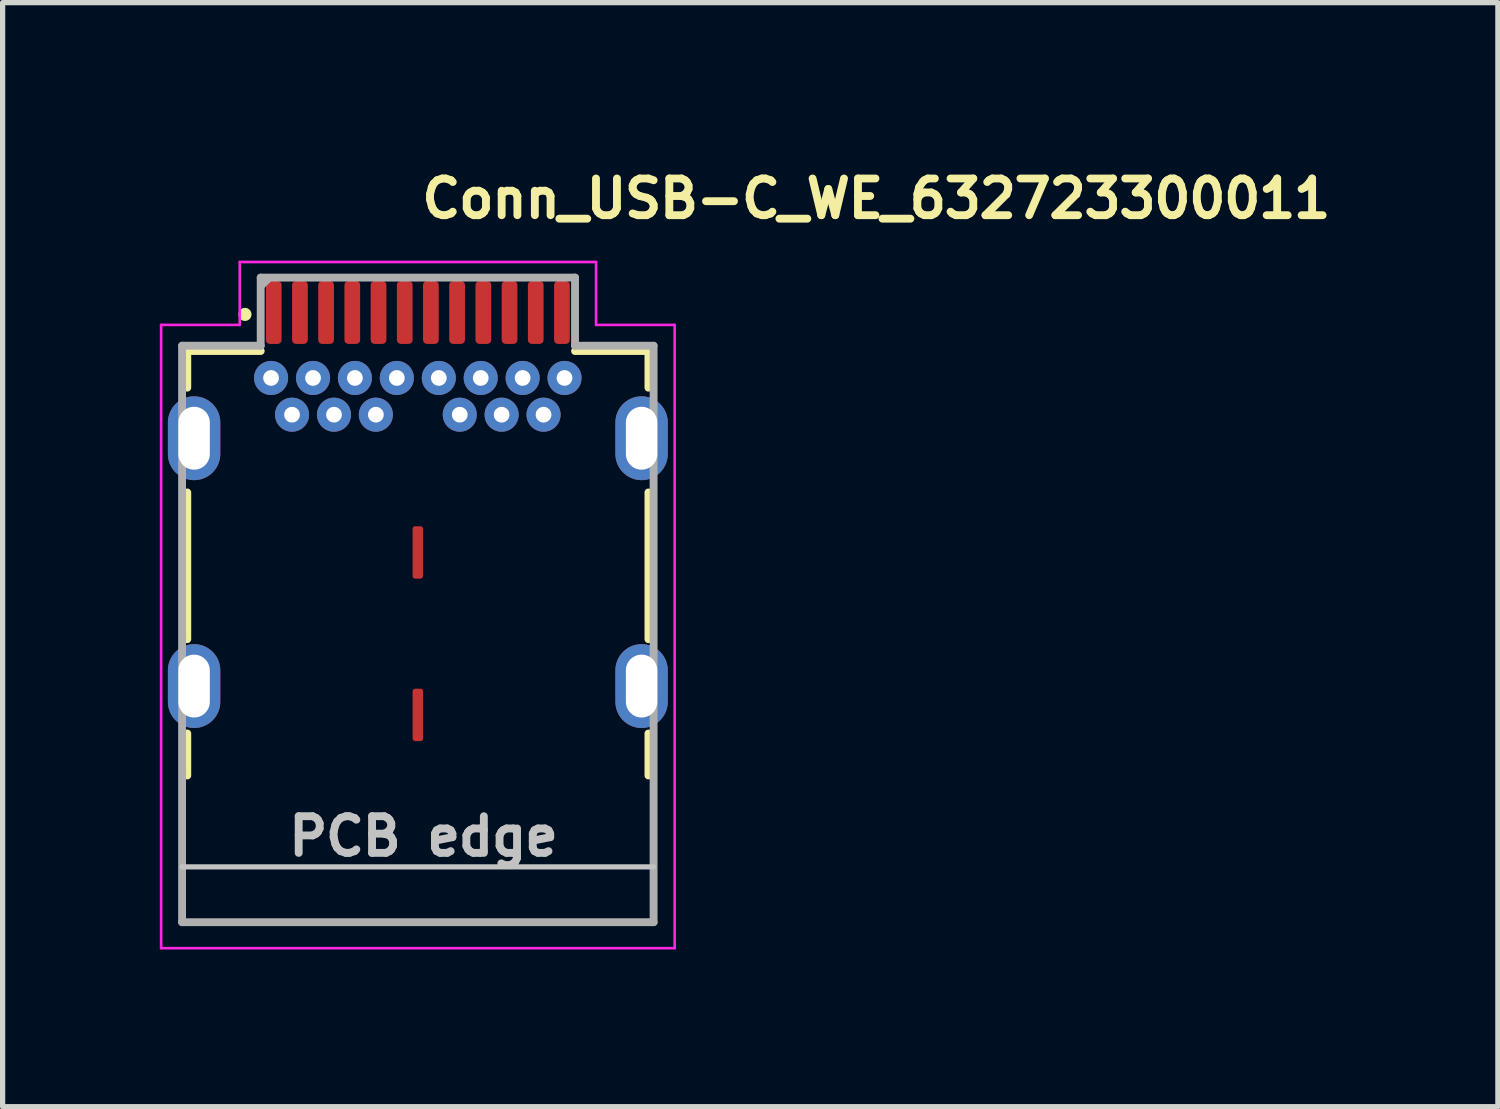
<source format=kicad_pcb>
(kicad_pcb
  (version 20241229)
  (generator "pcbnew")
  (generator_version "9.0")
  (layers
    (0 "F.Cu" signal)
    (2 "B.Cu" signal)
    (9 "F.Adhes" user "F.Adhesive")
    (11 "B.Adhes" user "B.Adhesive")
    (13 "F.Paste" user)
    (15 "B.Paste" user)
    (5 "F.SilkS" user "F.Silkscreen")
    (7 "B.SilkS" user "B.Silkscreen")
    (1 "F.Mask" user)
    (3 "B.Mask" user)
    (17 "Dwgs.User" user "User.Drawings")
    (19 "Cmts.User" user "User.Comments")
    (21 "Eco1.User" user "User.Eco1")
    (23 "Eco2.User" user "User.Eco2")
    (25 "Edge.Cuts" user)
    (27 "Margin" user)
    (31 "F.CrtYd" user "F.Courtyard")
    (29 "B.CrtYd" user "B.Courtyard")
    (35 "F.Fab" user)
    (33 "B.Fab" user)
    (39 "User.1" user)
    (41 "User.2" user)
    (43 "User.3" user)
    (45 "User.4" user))
  (footprint "Conn_USB-C_WE_632723300011"
    (layer "F.Cu")
    (at 4.925 8.55)
    (property "Reference" "Conn_USB-C_WE_632723300011" (at 0 -7.4 0) (layer "F.SilkS") (effects (font (size 0.7 0.7) (thickness 0.15)) (justify left bottom)))
    (attr smd)
    (fp_line (start -4.401 -4.901) (end -4.401 -4.202) (stroke (width 0.15) (type solid)) (layer "F.SilkS"))
    (fp_line (start -4.401 -4.901) (end -3 -4.901) (stroke (width 0.15) (type solid)) (layer "F.SilkS"))
    (fp_line (start -4.401 -2.202) (end -4.401 0.598) (stroke (width 0.15) (type solid)) (layer "F.SilkS"))
    (fp_line (start -4.401 2.398) (end -4.401 3.199) (stroke (width 0.15) (type solid)) (layer "F.SilkS"))
    (fp_line (start 2.999 -4.901) (end 4.4 -4.901) (stroke (width 0.15) (type solid)) (layer "F.SilkS"))
    (fp_line (start 4.4 -4.202) (end 4.4 -4.901) (stroke (width 0.15) (type solid)) (layer "F.SilkS"))
    (fp_line (start 4.4 -2.202) (end 4.4 0.598) (stroke (width 0.15) (type solid)) (layer "F.SilkS"))
    (fp_line (start 4.4 2.398) (end 4.4 3.199) (stroke (width 0.15) (type solid)) (layer "F.SilkS"))
    (fp_circle (center -3.3 -5.6) (end -3.25 -5.6) (stroke (width 0.15) (type solid)) (fill yes) (layer "F.SilkS"))
    (fp_line (start 4.498 4.943) (end -4.5 4.943) (stroke (width 0.1) (type solid)) (layer "Dwgs.User"))
    (fp_line (start -4.9 -5.4) (end -3.4 -5.4) (stroke (width 0.05) (type solid)) (layer "F.CrtYd"))
    (fp_line (start -4.9 6.495) (end -4.9 -5.4) (stroke (width 0.05) (type solid)) (layer "F.CrtYd"))
    (fp_line (start -3.4 -6.6) (end 3.4 -6.6) (stroke (width 0.05) (type solid)) (layer "F.CrtYd"))
    (fp_line (start -3.4 -5.4) (end -3.4 -6.6) (stroke (width 0.05) (type solid)) (layer "F.CrtYd"))
    (fp_line (start 3.4 -6.6) (end 3.4 -5.4) (stroke (width 0.05) (type solid)) (layer "F.CrtYd"))
    (fp_line (start 3.4 -5.4) (end 4.9 -5.4) (stroke (width 0.05) (type solid)) (layer "F.CrtYd"))
    (fp_line (start 4.9 -5.4) (end 4.9 6.495) (stroke (width 0.05) (type solid)) (layer "F.CrtYd"))
    (fp_line (start 4.9 6.495) (end -4.9 6.495) (stroke (width 0.05) (type solid)) (layer "F.CrtYd"))
    (fp_line (start -4.5 -5.002) (end -4.5 5.999) (stroke (width 0.15) (type solid)) (layer "F.Fab"))
    (fp_line (start -4.5 5.999) (end 4.498 5.999) (stroke (width 0.15) (type solid)) (layer "F.Fab"))
    (fp_line (start -3 -6.302) (end -3 -5.002) (stroke (width 0.15) (type solid)) (layer "F.Fab"))
    (fp_line (start -3 -5.002) (end -4.5 -5.002) (stroke (width 0.15) (type solid)) (layer "F.Fab"))
    (fp_line (start -2.98 -6.16) (end -2.86 -6.28) (stroke (width 0.15) (type solid)) (layer "F.Fab"))
    (fp_line (start 2.999 -6.302) (end -3 -6.302) (stroke (width 0.15) (type solid)) (layer "F.Fab"))
    (fp_line (start 2.999 -5.002) (end 2.999 -6.302) (stroke (width 0.15) (type solid)) (layer "F.Fab"))
    (fp_line (start 4.498 -5.002) (end 2.999 -5.002) (stroke (width 0.15) (type solid)) (layer "F.Fab"))
    (fp_line (start 4.498 5.999) (end 4.498 -5.002) (stroke (width 0.15) (type solid)) (layer "F.Fab"))
    (fp_rect (start -4.372 -5.898) (end 4.37 5.895) (stroke (width 0.1) (type solid)) (fill no) (layer "User.5"))
    (fp_line (start -4.372 -4.704) (end -4.372 3.346) (stroke (width 0.02) (type solid)) (layer "User.9"))
    (fp_line (start -4.372 3.346) (end -4.369 3.346) (stroke (width 0.02) (type solid)) (layer "User.9"))
    (fp_line (start -4.372 4.996) (end -4.372 5.895) (stroke (width 0.02) (type solid)) (layer "User.9"))
    (fp_line (start -4.369 3.346) (end -4.369 3.346) (stroke (width 0.02) (type solid)) (layer "User.9"))
    (fp_line (start -4.369 3.346) (end -4.369 3.346) (stroke (width 0.02) (type solid)) (layer "User.9"))
    (fp_line (start -4.369 3.346) (end -4.367 3.346) (stroke (width 0.02) (type solid)) (layer "User.9"))
    (fp_line (start -4.369 4.985) (end -4.369 4.991) (stroke (width 0.02) (type solid)) (layer "User.9"))
    (fp_line (start -4.369 4.991) (end -4.369 4.996) (stroke (width 0.02) (type solid)) (layer "User.9"))
    (fp_line (start -4.369 4.996) (end -4.372 4.996) (stroke (width 0.02) (type solid)) (layer "User.9"))
    (fp_line (start -4.369 4.996) (end -4.369 4.996) (stroke (width 0.02) (type solid)) (layer "User.9"))
    (fp_line (start -4.367 3.346) (end -4.369 3.346) (stroke (width 0.02) (type solid)) (layer "User.9"))
    (fp_line (start -4.367 3.346) (end -4.367 3.347) (stroke (width 0.02) (type solid)) (layer "User.9"))
    (fp_line (start -4.367 3.347) (end -4.366 3.347) (stroke (width 0.02) (type solid)) (layer "User.9"))
    (fp_line (start -4.367 4.978) (end -4.369 4.985) (stroke (width 0.02) (type solid)) (layer "User.9"))
    (fp_line (start -4.367 4.996) (end -4.369 4.996) (stroke (width 0.02) (type solid)) (layer "User.9"))
    (fp_line (start -4.366 3.347) (end -4.367 3.346) (stroke (width 0.02) (type solid)) (layer "User.9"))
    (fp_line (start -4.366 3.347) (end -4.366 3.35) (stroke (width 0.02) (type solid)) (layer "User.9"))
    (fp_line (start -4.366 3.35) (end -4.366 3.347) (stroke (width 0.02) (type solid)) (layer "User.9"))
    (fp_line (start -4.366 3.35) (end -4.366 3.354) (stroke (width 0.02) (type solid)) (layer "User.9"))
    (fp_line (start -4.366 3.354) (end -4.366 3.35) (stroke (width 0.02) (type solid)) (layer "User.9"))
    (fp_line (start -4.366 3.354) (end -4.364 3.358) (stroke (width 0.02) (type solid)) (layer "User.9"))
    (fp_line (start -4.366 4.972) (end -4.367 4.978) (stroke (width 0.02) (type solid)) (layer "User.9"))
    (fp_line (start -4.366 4.972) (end -4.358 4.937) (stroke (width 0.02) (type solid)) (layer "User.9"))
    (fp_line (start -4.366 4.988) (end -4.366 4.991) (stroke (width 0.02) (type solid)) (layer "User.9"))
    (fp_line (start -4.366 4.991) (end -4.366 4.993) (stroke (width 0.02) (type solid)) (layer "User.9"))
    (fp_line (start -4.366 4.993) (end -4.367 4.996) (stroke (width 0.02) (type solid)) (layer "User.9"))
    (fp_line (start -4.364 -4.704) (end -4.372 -4.704) (stroke (width 0.02) (type solid)) (layer "User.9"))
    (fp_line (start -4.364 -4.704) (end -4.364 -4.704) (stroke (width 0.02) (type solid)) (layer "User.9"))
    (fp_line (start -4.364 3.358) (end -4.364 3.363) (stroke (width 0.02) (type solid)) (layer "User.9"))
    (fp_line (start -4.364 3.363) (end -4.366 3.354) (stroke (width 0.02) (type solid)) (layer "User.9"))
    (fp_line (start -4.364 3.363) (end -4.363 3.37) (stroke (width 0.02) (type solid)) (layer "User.9"))
    (fp_line (start -4.364 4.978) (end -4.366 4.988) (stroke (width 0.02) (type solid)) (layer "User.9"))
    (fp_line (start -4.364 5.895) (end -4.372 5.895) (stroke (width 0.02) (type solid)) (layer "User.9"))
    (fp_line (start -4.364 5.895) (end -4.364 5.895) (stroke (width 0.02) (type solid)) (layer "User.9"))
    (fp_line (start -4.363 3.37) (end -4.361 3.375) (stroke (width 0.02) (type solid)) (layer "User.9"))
    (fp_line (start -4.363 4.974) (end -4.366 4.972) (stroke (width 0.02) (type solid)) (layer "User.9"))
    (fp_line (start -4.361 3.375) (end -4.364 3.363) (stroke (width 0.02) (type solid)) (layer "User.9"))
    (fp_line (start -4.361 3.375) (end -4.361 3.383) (stroke (width 0.02) (type solid)) (layer "User.9"))
    (fp_line (start -4.361 3.383) (end -4.359 3.39) (stroke (width 0.02) (type solid)) (layer "User.9"))
    (fp_line (start -4.361 4.966) (end -4.364 4.978) (stroke (width 0.02) (type solid)) (layer "User.9"))
    (fp_line (start -4.359 3.39) (end -4.361 3.375) (stroke (width 0.02) (type solid)) (layer "User.9"))
    (fp_line (start -4.359 3.39) (end -4.358 3.399) (stroke (width 0.02) (type solid)) (layer "User.9"))
    (fp_line (start -4.359 4.951) (end -4.361 4.966) (stroke (width 0.02) (type solid)) (layer "User.9"))
    (fp_line (start -4.358 3.399) (end -4.358 3.407) (stroke (width 0.02) (type solid)) (layer "User.9"))
    (fp_line (start -4.358 3.407) (end -4.359 3.39) (stroke (width 0.02) (type solid)) (layer "User.9"))
    (fp_line (start -4.358 3.407) (end -4.358 3.417) (stroke (width 0.02) (type solid)) (layer "User.9"))
    (fp_line (start -4.358 3.417) (end -4.356 3.426) (stroke (width 0.02) (type solid)) (layer "User.9"))
    (fp_line (start -4.358 4.934) (end -4.359 4.951) (stroke (width 0.02) (type solid)) (layer "User.9"))
    (fp_line (start -4.356 3.426) (end -4.358 3.407) (stroke (width 0.02) (type solid)) (layer "User.9"))
    (fp_line (start -4.356 3.426) (end -4.356 3.435) (stroke (width 0.02) (type solid)) (layer "User.9"))
    (fp_line (start -4.356 3.435) (end -4.356 3.446) (stroke (width 0.02) (type solid)) (layer "User.9"))
    (fp_line (start -4.356 3.446) (end -4.356 3.426) (stroke (width 0.02) (type solid)) (layer "User.9"))
    (fp_line (start -4.356 3.446) (end -4.356 4.895) (stroke (width 0.02) (type solid)) (layer "User.9"))
    (fp_line (start -4.356 3.446) (end -4.356 4.895) (stroke (width 0.02) (type solid)) (layer "User.9"))
    (fp_line (start -4.356 4.895) (end -4.356 4.916) (stroke (width 0.02) (type solid)) (layer "User.9"))
    (fp_line (start -4.356 4.916) (end -4.358 4.934) (stroke (width 0.02) (type solid)) (layer "User.9"))
    (fp_line (start -4.345 -4.704) (end -4.364 -4.704) (stroke (width 0.02) (type solid)) (layer "User.9"))
    (fp_line (start -4.345 -4.704) (end -4.345 -4.704) (stroke (width 0.02) (type solid)) (layer "User.9"))
    (fp_line (start -4.345 5.895) (end -4.364 5.895) (stroke (width 0.02) (type solid)) (layer "User.9"))
    (fp_line (start -4.345 5.895) (end -4.345 5.895) (stroke (width 0.02) (type solid)) (layer "User.9"))
    (fp_line (start -4.314 -4.704) (end -4.345 -4.704) (stroke (width 0.02) (type solid)) (layer "User.9"))
    (fp_line (start -4.314 -4.704) (end -4.314 -4.704) (stroke (width 0.02) (type solid)) (layer "User.9"))
    (fp_line (start -4.314 5.895) (end -4.345 5.895) (stroke (width 0.02) (type solid)) (layer "User.9"))
    (fp_line (start -4.314 5.895) (end -4.314 5.895) (stroke (width 0.02) (type solid)) (layer "User.9"))
    (fp_line (start -4.271 -4.704) (end -4.314 -4.704) (stroke (width 0.02) (type solid)) (layer "User.9"))
    (fp_line (start -4.271 -4.704) (end -4.271 -4.704) (stroke (width 0.02) (type solid)) (layer "User.9"))
    (fp_line (start -4.271 5.895) (end -4.314 5.895) (stroke (width 0.02) (type solid)) (layer "User.9"))
    (fp_line (start -4.271 5.895) (end -4.271 5.895) (stroke (width 0.02) (type solid)) (layer "User.9"))
    (fp_line (start -4.218 -4.704) (end -4.271 -4.704) (stroke (width 0.02) (type solid)) (layer "User.9"))
    (fp_line (start -4.218 -4.704) (end -4.218 -4.704) (stroke (width 0.02) (type solid)) (layer "User.9"))
    (fp_line (start -4.218 5.895) (end -4.271 5.895) (stroke (width 0.02) (type solid)) (layer "User.9"))
    (fp_line (start -4.218 5.895) (end -4.218 5.895) (stroke (width 0.02) (type solid)) (layer "User.9"))
    (fp_line (start -4.153 -4.704) (end -4.218 -4.704) (stroke (width 0.02) (type solid)) (layer "User.9"))
    (fp_line (start -4.153 -4.704) (end -4.153 -4.704) (stroke (width 0.02) (type solid)) (layer "User.9"))
    (fp_line (start -4.153 5.895) (end -4.218 5.895) (stroke (width 0.02) (type solid)) (layer "User.9"))
    (fp_line (start -4.153 5.895) (end -4.153 5.895) (stroke (width 0.02) (type solid)) (layer "User.9"))
    (fp_line (start -4.079 -4.704) (end -4.153 -4.704) (stroke (width 0.02) (type solid)) (layer "User.9"))
    (fp_line (start -4.079 -4.704) (end -4.079 -4.704) (stroke (width 0.02) (type solid)) (layer "User.9"))
    (fp_line (start -4.079 5.895) (end -4.153 5.895) (stroke (width 0.02) (type solid)) (layer "User.9"))
    (fp_line (start -4.079 5.895) (end -4.079 5.895) (stroke (width 0.02) (type solid)) (layer "User.9"))
    (fp_line (start -3.903 -4.704) (end -4.079 -4.704) (stroke (width 0.02) (type solid)) (layer "User.9"))
    (fp_line (start -3.903 -4.704) (end -3.903 -4.704) (stroke (width 0.02) (type solid)) (layer "User.9"))
    (fp_line (start -3.903 5.895) (end -4.079 5.895) (stroke (width 0.02) (type solid)) (layer "User.9"))
    (fp_line (start -3.903 5.895) (end -3.903 5.895) (stroke (width 0.02) (type solid)) (layer "User.9"))
    (fp_line (start -3.701 -4.704) (end -3.903 -4.704) (stroke (width 0.02) (type solid)) (layer "User.9"))
    (fp_line (start -3.701 -4.704) (end -3.701 -4.704) (stroke (width 0.02) (type solid)) (layer "User.9"))
    (fp_line (start -3.701 5.895) (end -3.903 5.895) (stroke (width 0.02) (type solid)) (layer "User.9"))
    (fp_line (start -3.701 5.895) (end -3.701 5.895) (stroke (width 0.02) (type solid)) (layer "User.9"))
    (fp_line (start -3.371 -4.704) (end -3.701 -4.704) (stroke (width 0.02) (type solid)) (layer "User.9"))
    (fp_line (start -3.371 5.895) (end -3.701 5.895) (stroke (width 0.02) (type solid)) (layer "User.9"))
    (fp_line (start -3.081 -4.704) (end -3.081 -5.303) (stroke (width 0.02) (type solid)) (layer "User.9"))
    (fp_line (start -2.891 -5.414) (end -2.61 -5.414) (stroke (width 0.02) (type solid)) (layer "User.9"))
    (fp_line (start -2.891 -5.324) (end -2.891 -5.414) (stroke (width 0.02) (type solid)) (layer "User.9"))
    (fp_line (start -2.891 -5.324) (end -2.891 -5.324) (stroke (width 0.02) (type solid)) (layer "User.9"))
    (fp_line (start -2.891 -5.303) (end -3.081 -5.303) (stroke (width 0.02) (type solid)) (layer "User.9"))
    (fp_line (start -2.891 -5.104) (end -2.891 -5.324) (stroke (width 0.02) (type solid)) (layer "User.9"))
    (fp_line (start -2.891 -4.704) (end -2.891 -5.104) (stroke (width 0.02) (type solid)) (layer "User.9"))
    (fp_line (start -2.851 -5.898) (end -2.65 -5.898) (stroke (width 0.02) (type solid)) (layer "User.9"))
    (fp_line (start -2.851 -5.465) (end -2.851 -5.898) (stroke (width 0.02) (type solid)) (layer "User.9"))
    (fp_line (start -2.851 -5.414) (end -2.851 -5.465) (stroke (width 0.02) (type solid)) (layer "User.9"))
    (fp_line (start -2.65 -5.465) (end -2.65 -5.898) (stroke (width 0.02) (type solid)) (layer "User.9"))
    (fp_line (start -2.65 -5.414) (end -2.65 -5.465) (stroke (width 0.02) (type solid)) (layer "User.9"))
    (fp_line (start -2.61 -5.324) (end -2.61 -5.414) (stroke (width 0.02) (type solid)) (layer "User.9"))
    (fp_line (start -2.61 -5.324) (end -2.61 -5.324) (stroke (width 0.02) (type solid)) (layer "User.9"))
    (fp_line (start -2.61 -5.104) (end -2.61 -5.324) (stroke (width 0.02) (type solid)) (layer "User.9"))
    (fp_line (start -2.61 -4.704) (end -2.61 -5.104) (stroke (width 0.02) (type solid)) (layer "User.9"))
    (fp_line (start -2.5 3.495) (end -2.302 3.495) (stroke (width 0.02) (type solid)) (layer "User.9"))
    (fp_line (start -2.4 3.196) (end -2.4 2.673) (stroke (width 0.02) (type solid)) (layer "User.9"))
    (fp_line (start -2.391 -5.414) (end -2.11 -5.414) (stroke (width 0.02) (type solid)) (layer "User.9"))
    (fp_line (start -2.391 -5.324) (end -2.391 -5.414) (stroke (width 0.02) (type solid)) (layer "User.9"))
    (fp_line (start -2.391 -5.324) (end -2.391 -5.324) (stroke (width 0.02) (type solid)) (layer "User.9"))
    (fp_line (start -2.391 -5.303) (end -2.61 -5.303) (stroke (width 0.02) (type solid)) (layer "User.9"))
    (fp_line (start -2.391 -5.104) (end -2.391 -5.324) (stroke (width 0.02) (type solid)) (layer "User.9"))
    (fp_line (start -2.391 -4.704) (end -2.391 -5.104) (stroke (width 0.02) (type solid)) (layer "User.9"))
    (fp_line (start -2.391 3.109) (end -2.391 2.591) (stroke (width 0.02) (type solid)) (layer "User.9"))
    (fp_line (start -2.391 3.109) (end -2.34 3.196) (stroke (width 0.02) (type solid)) (layer "User.9"))
    (fp_line (start -2.391 3.109) (end -2.257 3.109) (stroke (width 0.02) (type solid)) (layer "User.9"))
    (fp_line (start -2.351 -5.898) (end -2.15 -5.898) (stroke (width 0.02) (type solid)) (layer "User.9"))
    (fp_line (start -2.351 -5.465) (end -2.351 -5.898) (stroke (width 0.02) (type solid)) (layer "User.9"))
    (fp_line (start -2.351 -5.414) (end -2.351 -5.465) (stroke (width 0.02) (type solid)) (layer "User.9"))
    (fp_line (start -2.302 3.506) (end -2.302 3.495) (stroke (width 0.02) (type solid)) (layer "User.9"))
    (fp_line (start -2.301 3.484) (end -2.301 3.506) (stroke (width 0.02) (type solid)) (layer "User.9"))
    (fp_line (start -2.301 3.506) (end -2.302 3.506) (stroke (width 0.02) (type solid)) (layer "User.9"))
    (fp_line (start -2.299 3.463) (end -2.301 3.484) (stroke (width 0.02) (type solid)) (layer "User.9"))
    (fp_line (start -2.299 3.463) (end -2.057 1.489) (stroke (width 0.02) (type solid)) (layer "User.9"))
    (fp_line (start -2.266 3.196) (end -2.4 3.196) (stroke (width 0.02) (type solid)) (layer "User.9"))
    (fp_line (start -2.266 3.196) (end -2.34 3.196) (stroke (width 0.02) (type solid)) (layer "User.9"))
    (fp_line (start -2.25 1.439) (end -2.5 3.495) (stroke (width 0.02) (type solid)) (layer "User.9"))
    (fp_line (start -2.247 1.415) (end -2.25 1.439) (stroke (width 0.02) (type solid)) (layer "User.9"))
    (fp_line (start -2.243 1.392) (end -2.247 1.415) (stroke (width 0.02) (type solid)) (layer "User.9"))
    (fp_line (start -2.238 1.37) (end -2.243 1.392) (stroke (width 0.02) (type solid)) (layer "User.9"))
    (fp_line (start -2.231 1.348) (end -2.238 1.37) (stroke (width 0.02) (type solid)) (layer "User.9"))
    (fp_line (start -2.223 1.326) (end -2.231 1.348) (stroke (width 0.02) (type solid)) (layer "User.9"))
    (fp_line (start -2.215 1.304) (end -2.223 1.326) (stroke (width 0.02) (type solid)) (layer "User.9"))
    (fp_line (start -2.206 1.284) (end -2.215 1.304) (stroke (width 0.02) (type solid)) (layer "User.9"))
    (fp_line (start -2.202 1.273) (end -2.202 1.445) (stroke (width 0.02) (type solid)) (layer "User.9"))
    (fp_line (start -2.202 1.445) (end -2.054 1.445) (stroke (width 0.02) (type solid)) (layer "User.9"))
    (fp_line (start -2.195 1.263) (end -2.206 1.284) (stroke (width 0.02) (type solid)) (layer "User.9"))
    (fp_line (start -2.185 1.243) (end -2.195 1.263) (stroke (width 0.02) (type solid)) (layer "User.9"))
    (fp_line (start -2.173 1.225) (end -2.185 1.243) (stroke (width 0.02) (type solid)) (layer "User.9"))
    (fp_line (start -2.16 1.205) (end -2.173 1.225) (stroke (width 0.02) (type solid)) (layer "User.9"))
    (fp_line (start -2.15 -5.465) (end -2.15 -5.898) (stroke (width 0.02) (type solid)) (layer "User.9"))
    (fp_line (start -2.15 -5.414) (end -2.351 -5.414) (stroke (width 0.02) (type solid)) (layer "User.9"))
    (fp_line (start -2.15 -5.414) (end -2.15 -5.465) (stroke (width 0.02) (type solid)) (layer "User.9"))
    (fp_line (start -2.146 1.187) (end -2.16 1.205) (stroke (width 0.02) (type solid)) (layer "User.9"))
    (fp_line (start -2.133 1.171) (end -2.146 1.187) (stroke (width 0.02) (type solid)) (layer "User.9"))
    (fp_line (start -2.129 1.165) (end -1.373 1.165) (stroke (width 0.02) (type solid)) (layer "User.9"))
    (fp_line (start -2.117 1.153) (end -2.133 1.171) (stroke (width 0.02) (type solid)) (layer "User.9"))
    (fp_line (start -2.11 -5.324) (end -2.11 -5.414) (stroke (width 0.02) (type solid)) (layer "User.9"))
    (fp_line (start -2.11 -5.324) (end -2.11 -5.324) (stroke (width 0.02) (type solid)) (layer "User.9"))
    (fp_line (start -2.11 -5.104) (end -2.11 -5.324) (stroke (width 0.02) (type solid)) (layer "User.9"))
    (fp_line (start -2.11 -4.704) (end -2.11 -5.104) (stroke (width 0.02) (type solid)) (layer "User.9"))
    (fp_line (start -2.11 1.933) (end -2.11 1.445) (stroke (width 0.02) (type solid)) (layer "User.9"))
    (fp_line (start -2.101 1.138) (end -2.117 1.153) (stroke (width 0.02) (type solid)) (layer "User.9"))
    (fp_line (start -2.101 1.445) (end -2.101 1.852) (stroke (width 0.02) (type solid)) (layer "User.9"))
    (fp_line (start -2.085 1.122) (end -2.101 1.138) (stroke (width 0.02) (type solid)) (layer "User.9"))
    (fp_line (start -2.068 1.108) (end -2.085 1.122) (stroke (width 0.02) (type solid)) (layer "User.9"))
    (fp_line (start -2.057 1.552) (end -2.057 1.489) (stroke (width 0.02) (type solid)) (layer "User.9"))
    (fp_line (start -2.057 1.552) (end -2.054 1.552) (stroke (width 0.02) (type solid)) (layer "User.9"))
    (fp_line (start -2.054 1.517) (end -2.054 1.417) (stroke (width 0.02) (type solid)) (layer "User.9"))
    (fp_line (start -2.054 1.552) (end -2.054 1.517) (stroke (width 0.02) (type solid)) (layer "User.9"))
    (fp_line (start -2.053 1.398) (end -2.053 1.409) (stroke (width 0.02) (type solid)) (layer "User.9"))
    (fp_line (start -2.053 1.409) (end -2.054 1.417) (stroke (width 0.02) (type solid)) (layer "User.9"))
    (fp_line (start -2.053 1.515) (end -2.053 1.517) (stroke (width 0.02) (type solid)) (layer "User.9"))
    (fp_line (start -2.053 1.517) (end -2.054 1.517) (stroke (width 0.02) (type solid)) (layer "User.9"))
    (fp_line (start -2.052 1.39) (end -2.053 1.398) (stroke (width 0.02) (type solid)) (layer "User.9"))
    (fp_line (start -2.052 1.513) (end -2.053 1.515) (stroke (width 0.02) (type solid)) (layer "User.9"))
    (fp_line (start -2.05 1.094) (end -2.068 1.108) (stroke (width 0.02) (type solid)) (layer "User.9"))
    (fp_line (start -2.05 1.382) (end -2.052 1.39) (stroke (width 0.02) (type solid)) (layer "User.9"))
    (fp_line (start -2.05 1.511) (end -2.052 1.513) (stroke (width 0.02) (type solid)) (layer "User.9"))
    (fp_line (start -2.049 1.374) (end -2.05 1.382) (stroke (width 0.02) (type solid)) (layer "User.9"))
    (fp_line (start -2.049 1.509) (end -2.05 1.511) (stroke (width 0.02) (type solid)) (layer "User.9"))
    (fp_line (start -2.048 1.358) (end -2.048 1.366) (stroke (width 0.02) (type solid)) (layer "User.9"))
    (fp_line (start -2.048 1.366) (end -2.049 1.374) (stroke (width 0.02) (type solid)) (layer "User.9"))
    (fp_line (start -2.048 1.505) (end -2.048 1.507) (stroke (width 0.02) (type solid)) (layer "User.9"))
    (fp_line (start -2.048 1.507) (end -2.049 1.509) (stroke (width 0.02) (type solid)) (layer "User.9"))
    (fp_line (start -2.047 1.35) (end -2.048 1.358) (stroke (width 0.02) (type solid)) (layer "User.9"))
    (fp_line (start -2.047 1.505) (end -2.048 1.505) (stroke (width 0.02) (type solid)) (layer "User.9"))
    (fp_line (start -2.044 1.338) (end -2.044 1.344) (stroke (width 0.02) (type solid)) (layer "User.9"))
    (fp_line (start -2.044 1.344) (end -2.047 1.35) (stroke (width 0.02) (type solid)) (layer "User.9"))
    (fp_line (start -2.044 1.501) (end -2.044 1.503) (stroke (width 0.02) (type solid)) (layer "User.9"))
    (fp_line (start -2.044 1.503) (end -2.047 1.505) (stroke (width 0.02) (type solid)) (layer "User.9"))
    (fp_line (start -2.041 1.332) (end -2.044 1.338) (stroke (width 0.02) (type solid)) (layer "User.9"))
    (fp_line (start -2.041 1.501) (end -2.044 1.501) (stroke (width 0.02) (type solid)) (layer "User.9"))
    (fp_line (start -2.04 1.326) (end -2.041 1.332) (stroke (width 0.02) (type solid)) (layer "User.9"))
    (fp_line (start -2.04 1.499) (end -2.041 1.501) (stroke (width 0.02) (type solid)) (layer "User.9"))
    (fp_line (start -2.039 1.322) (end -2.04 1.326) (stroke (width 0.02) (type solid)) (layer "User.9"))
    (fp_line (start -2.039 1.499) (end -2.04 1.499) (stroke (width 0.02) (type solid)) (layer "User.9"))
    (fp_line (start -2.036 1.316) (end -2.039 1.322) (stroke (width 0.02) (type solid)) (layer "User.9"))
    (fp_line (start -2.036 1.497) (end -2.039 1.499) (stroke (width 0.02) (type solid)) (layer "User.9"))
    (fp_line (start -2.035 1.312) (end -2.036 1.316) (stroke (width 0.02) (type solid)) (layer "User.9"))
    (fp_line (start -2.035 1.497) (end -2.036 1.497) (stroke (width 0.02) (type solid)) (layer "User.9"))
    (fp_line (start -2.032 1.082) (end -2.05 1.094) (stroke (width 0.02) (type solid)) (layer "User.9"))
    (fp_line (start -2.032 1.308) (end -2.035 1.312) (stroke (width 0.02) (type solid)) (layer "User.9"))
    (fp_line (start -2.032 1.495) (end -2.035 1.497) (stroke (width 0.02) (type solid)) (layer "User.9"))
    (fp_line (start -2.032 1.495) (end -2.032 1.308) (stroke (width 0.02) (type solid)) (layer "User.9"))
    (fp_line (start -2.032 1.495) (end -2.024 1.489) (stroke (width 0.02) (type solid)) (layer "User.9"))
    (fp_line (start -2.024 1.3) (end -2.032 1.308) (stroke (width 0.02) (type solid)) (layer "User.9"))
    (fp_line (start -2.024 1.489) (end -2.012 1.483) (stroke (width 0.02) (type solid)) (layer "User.9"))
    (fp_line (start -2.013 1.07) (end -2.032 1.082) (stroke (width 0.02) (type solid)) (layer "User.9"))
    (fp_line (start -2.012 1.294) (end -2.024 1.3) (stroke (width 0.02) (type solid)) (layer "User.9"))
    (fp_line (start -2.012 1.483) (end -2 1.475) (stroke (width 0.02) (type solid)) (layer "User.9"))
    (fp_line (start -2 1.288) (end -2.012 1.294) (stroke (width 0.02) (type solid)) (layer "User.9"))
    (fp_line (start -2 1.475) (end -1.986 1.469) (stroke (width 0.02) (type solid)) (layer "User.9"))
    (fp_line (start -1.994 1.058) (end -2.013 1.07) (stroke (width 0.02) (type solid)) (layer "User.9"))
    (fp_line (start -1.986 1.282) (end -2 1.288) (stroke (width 0.02) (type solid)) (layer "User.9"))
    (fp_line (start -1.986 1.469) (end -1.972 1.463) (stroke (width 0.02) (type solid)) (layer "User.9"))
    (fp_line (start -1.974 1.048) (end -1.994 1.058) (stroke (width 0.02) (type solid)) (layer "User.9"))
    (fp_line (start -1.972 1.275) (end -1.986 1.282) (stroke (width 0.02) (type solid)) (layer "User.9"))
    (fp_line (start -1.972 1.463) (end -1.956 1.459) (stroke (width 0.02) (type solid)) (layer "User.9"))
    (fp_line (start -1.956 1.271) (end -1.972 1.275) (stroke (width 0.02) (type solid)) (layer "User.9"))
    (fp_line (start -1.956 1.459) (end -1.938 1.453) (stroke (width 0.02) (type solid)) (layer "User.9"))
    (fp_line (start -1.954 1.038) (end -1.974 1.048) (stroke (width 0.02) (type solid)) (layer "User.9"))
    (fp_line (start -1.938 1.265) (end -1.956 1.271) (stroke (width 0.02) (type solid)) (layer "User.9"))
    (fp_line (start -1.938 1.453) (end -1.92 1.449) (stroke (width 0.02) (type solid)) (layer "User.9"))
    (fp_line (start -1.932 1.03) (end -1.954 1.038) (stroke (width 0.02) (type solid)) (layer "User.9"))
    (fp_line (start -1.92 1.261) (end -1.938 1.265) (stroke (width 0.02) (type solid)) (layer "User.9"))
    (fp_line (start -1.92 1.449) (end -1.901 1.445) (stroke (width 0.02) (type solid)) (layer "User.9"))
    (fp_line (start -1.911 1.021) (end -1.932 1.03) (stroke (width 0.02) (type solid)) (layer "User.9"))
    (fp_line (start -1.901 1.257) (end -1.92 1.261) (stroke (width 0.02) (type solid)) (layer "User.9"))
    (fp_line (start -1.901 1.445) (end -1.881 1.441) (stroke (width 0.02) (type solid)) (layer "User.9"))
    (fp_line (start -1.891 -5.414) (end -1.611 -5.414) (stroke (width 0.02) (type solid)) (layer "User.9"))
    (fp_line (start -1.891 -5.324) (end -1.891 -5.414) (stroke (width 0.02) (type solid)) (layer "User.9"))
    (fp_line (start -1.891 -5.324) (end -1.891 -5.324) (stroke (width 0.02) (type solid)) (layer "User.9"))
    (fp_line (start -1.891 -5.303) (end -2.11 -5.303) (stroke (width 0.02) (type solid)) (layer "User.9"))
    (fp_line (start -1.891 -5.104) (end -1.891 -5.324) (stroke (width 0.02) (type solid)) (layer "User.9"))
    (fp_line (start -1.891 -4.704) (end -1.891 -5.104) (stroke (width 0.02) (type solid)) (layer "User.9"))
    (fp_line (start -1.889 1.015) (end -1.911 1.021) (stroke (width 0.02) (type solid)) (layer "User.9"))
    (fp_line (start -1.881 1.253) (end -1.901 1.257) (stroke (width 0.02) (type solid)) (layer "User.9"))
    (fp_line (start -1.881 1.441) (end -1.861 1.439) (stroke (width 0.02) (type solid)) (layer "User.9"))
    (fp_line (start -1.867 1.009) (end -1.889 1.015) (stroke (width 0.02) (type solid)) (layer "User.9"))
    (fp_line (start -1.861 1.251) (end -1.881 1.253) (stroke (width 0.02) (type solid)) (layer "User.9"))
    (fp_line (start -1.861 1.439) (end -1.841 1.437) (stroke (width 0.02) (type solid)) (layer "User.9"))
    (fp_line (start -1.851 -5.898) (end -1.651 -5.898) (stroke (width 0.02) (type solid)) (layer "User.9"))
    (fp_line (start -1.851 -5.465) (end -1.851 -5.898) (stroke (width 0.02) (type solid)) (layer "User.9"))
    (fp_line (start -1.851 -5.414) (end -1.851 -5.465) (stroke (width 0.02) (type solid)) (layer "User.9"))
    (fp_line (start -1.845 1.005) (end -1.867 1.009) (stroke (width 0.02) (type solid)) (layer "User.9"))
    (fp_line (start -1.841 1.249) (end -1.861 1.251) (stroke (width 0.02) (type solid)) (layer "User.9"))
    (fp_line (start -1.841 1.437) (end -1.819 1.435) (stroke (width 0.02) (type solid)) (layer "User.9"))
    (fp_line (start -1.821 1.001) (end -1.845 1.005) (stroke (width 0.02) (type solid)) (layer "User.9"))
    (fp_line (start -1.819 1.247) (end -1.841 1.249) (stroke (width 0.02) (type solid)) (layer "User.9"))
    (fp_line (start -1.819 1.435) (end -1.797 1.433) (stroke (width 0.02) (type solid)) (layer "User.9"))
    (fp_line (start -1.801 1.245) (end -1.801 1.165) (stroke (width 0.02) (type solid)) (layer "User.9"))
    (fp_line (start -1.799 0.998) (end -1.821 1.001) (stroke (width 0.02) (type solid)) (layer "User.9"))
    (fp_line (start -1.797 1.245) (end -1.819 1.247) (stroke (width 0.02) (type solid)) (layer "User.9"))
    (fp_line (start -1.797 1.433) (end -1.774 1.433) (stroke (width 0.02) (type solid)) (layer "User.9"))
    (fp_line (start -1.774 0.996) (end -1.799 0.998) (stroke (width 0.02) (type solid)) (layer "User.9"))
    (fp_line (start -1.774 1.245) (end -1.797 1.245) (stroke (width 0.02) (type solid)) (layer "User.9"))
    (fp_line (start -1.774 1.433) (end -1.75 1.431) (stroke (width 0.02) (type solid)) (layer "User.9"))
    (fp_line (start -1.75 0.995) (end -1.774 0.996) (stroke (width 0.02) (type solid)) (layer "User.9"))
    (fp_line (start -1.75 0.995) (end -1.75 0.995) (stroke (width 0.02) (type solid)) (layer "User.9"))
    (fp_line (start -1.75 1.243) (end -1.774 1.245) (stroke (width 0.02) (type solid)) (layer "User.9"))
    (fp_line (start -1.75 1.243) (end -1.75 1.243) (stroke (width 0.02) (type solid)) (layer "User.9"))
    (fp_line (start -1.75 1.431) (end -1.75 1.431) (stroke (width 0.02) (type solid)) (layer "User.9"))
    (fp_line (start -1.75 1.431) (end -1.728 1.433) (stroke (width 0.02) (type solid)) (layer "User.9"))
    (fp_line (start -1.728 0.996) (end -1.75 0.995) (stroke (width 0.02) (type solid)) (layer "User.9"))
    (fp_line (start -1.728 1.245) (end -1.75 1.243) (stroke (width 0.02) (type solid)) (layer "User.9"))
    (fp_line (start -1.728 1.433) (end -1.706 1.433) (stroke (width 0.02) (type solid)) (layer "User.9"))
    (fp_line (start -1.706 1.245) (end -1.728 1.245) (stroke (width 0.02) (type solid)) (layer "User.9"))
    (fp_line (start -1.706 1.433) (end -1.684 1.435) (stroke (width 0.02) (type solid)) (layer "User.9"))
    (fp_line (start -1.704 0.998) (end -1.728 0.996) (stroke (width 0.02) (type solid)) (layer "User.9"))
    (fp_line (start -1.7 1.165) (end -1.7 1.245) (stroke (width 0.02) (type solid)) (layer "User.9"))
    (fp_line (start -1.684 1.247) (end -1.706 1.245) (stroke (width 0.02) (type solid)) (layer "User.9"))
    (fp_line (start -1.684 1.435) (end -1.661 1.437) (stroke (width 0.02) (type solid)) (layer "User.9"))
    (fp_line (start -1.68 1.001) (end -1.704 0.998) (stroke (width 0.02) (type solid)) (layer "User.9"))
    (fp_line (start -1.661 1.249) (end -1.684 1.247) (stroke (width 0.02) (type solid)) (layer "User.9"))
    (fp_line (start -1.661 1.437) (end -1.641 1.439) (stroke (width 0.02) (type solid)) (layer "User.9"))
    (fp_line (start -1.657 1.005) (end -1.68 1.001) (stroke (width 0.02) (type solid)) (layer "User.9"))
    (fp_line (start -1.651 -5.465) (end -1.651 -5.898) (stroke (width 0.02) (type solid)) (layer "User.9"))
    (fp_line (start -1.651 -5.414) (end -1.651 -5.465) (stroke (width 0.02) (type solid)) (layer "User.9"))
    (fp_line (start -1.641 1.251) (end -1.661 1.249) (stroke (width 0.02) (type solid)) (layer "User.9"))
    (fp_line (start -1.641 1.439) (end -1.621 1.441) (stroke (width 0.02) (type solid)) (layer "User.9"))
    (fp_line (start -1.635 1.009) (end -1.657 1.005) (stroke (width 0.02) (type solid)) (layer "User.9"))
    (fp_line (start -1.621 1.253) (end -1.641 1.251) (stroke (width 0.02) (type solid)) (layer "User.9"))
    (fp_line (start -1.621 1.441) (end -1.601 1.445) (stroke (width 0.02) (type solid)) (layer "User.9"))
    (fp_line (start -1.613 1.015) (end -1.635 1.009) (stroke (width 0.02) (type solid)) (layer "User.9"))
    (fp_line (start -1.611 -5.324) (end -1.611 -5.414) (stroke (width 0.02) (type solid)) (layer "User.9"))
    (fp_line (start -1.611 -5.324) (end -1.611 -5.324) (stroke (width 0.02) (type solid)) (layer "User.9"))
    (fp_line (start -1.611 -5.104) (end -1.611 -5.324) (stroke (width 0.02) (type solid)) (layer "User.9"))
    (fp_line (start -1.611 -4.704) (end -1.611 -5.104) (stroke (width 0.02) (type solid)) (layer "User.9"))
    (fp_line (start -1.601 1.257) (end -1.621 1.253) (stroke (width 0.02) (type solid)) (layer "User.9"))
    (fp_line (start -1.601 1.445) (end -1.581 1.449) (stroke (width 0.02) (type solid)) (layer "User.9"))
    (fp_line (start -1.591 1.021) (end -1.613 1.015) (stroke (width 0.02) (type solid)) (layer "User.9"))
    (fp_line (start -1.581 1.261) (end -1.601 1.257) (stroke (width 0.02) (type solid)) (layer "User.9"))
    (fp_line (start -1.581 1.449) (end -1.563 1.453) (stroke (width 0.02) (type solid)) (layer "User.9"))
    (fp_line (start -1.569 1.03) (end -1.591 1.021) (stroke (width 0.02) (type solid)) (layer "User.9"))
    (fp_line (start -1.563 1.265) (end -1.581 1.261) (stroke (width 0.02) (type solid)) (layer "User.9"))
    (fp_line (start -1.563 1.453) (end -1.547 1.459) (stroke (width 0.02) (type solid)) (layer "User.9"))
    (fp_line (start -1.549 1.038) (end -1.569 1.03) (stroke (width 0.02) (type solid)) (layer "User.9"))
    (fp_line (start -1.547 1.271) (end -1.563 1.265) (stroke (width 0.02) (type solid)) (layer "User.9"))
    (fp_line (start -1.547 1.459) (end -1.53 1.463) (stroke (width 0.02) (type solid)) (layer "User.9"))
    (fp_line (start -1.53 1.275) (end -1.547 1.271) (stroke (width 0.02) (type solid)) (layer "User.9"))
    (fp_line (start -1.53 1.463) (end -1.516 1.469) (stroke (width 0.02) (type solid)) (layer "User.9"))
    (fp_line (start -1.528 1.048) (end -1.549 1.038) (stroke (width 0.02) (type solid)) (layer "User.9"))
    (fp_line (start -1.516 1.282) (end -1.53 1.275) (stroke (width 0.02) (type solid)) (layer "User.9"))
    (fp_line (start -1.516 1.469) (end -1.502 1.475) (stroke (width 0.02) (type solid)) (layer "User.9"))
    (fp_line (start -1.508 1.058) (end -1.528 1.048) (stroke (width 0.02) (type solid)) (layer "User.9"))
    (fp_line (start -1.502 1.288) (end -1.516 1.282) (stroke (width 0.02) (type solid)) (layer "User.9"))
    (fp_line (start -1.502 1.475) (end -1.49 1.483) (stroke (width 0.02) (type solid)) (layer "User.9"))
    (fp_line (start -1.49 1.294) (end -1.502 1.288) (stroke (width 0.02) (type solid)) (layer "User.9"))
    (fp_line (start -1.49 1.483) (end -1.478 1.489) (stroke (width 0.02) (type solid)) (layer "User.9"))
    (fp_line (start -1.488 1.07) (end -1.508 1.058) (stroke (width 0.02) (type solid)) (layer "User.9"))
    (fp_line (start -1.478 1.3) (end -1.49 1.294) (stroke (width 0.02) (type solid)) (layer "User.9"))
    (fp_line (start -1.478 1.489) (end -1.47 1.495) (stroke (width 0.02) (type solid)) (layer "User.9"))
    (fp_line (start -1.47 1.082) (end -1.488 1.07) (stroke (width 0.02) (type solid)) (layer "User.9"))
    (fp_line (start -1.47 1.308) (end -1.478 1.3) (stroke (width 0.02) (type solid)) (layer "User.9"))
    (fp_line (start -1.47 1.495) (end -1.47 1.308) (stroke (width 0.02) (type solid)) (layer "User.9"))
    (fp_line (start -1.468 1.312) (end -1.47 1.308) (stroke (width 0.02) (type solid)) (layer "User.9"))
    (fp_line (start -1.468 1.497) (end -1.47 1.495) (stroke (width 0.02) (type solid)) (layer "User.9"))
    (fp_line (start -1.466 1.316) (end -1.468 1.312) (stroke (width 0.02) (type solid)) (layer "User.9"))
    (fp_line (start -1.466 1.497) (end -1.468 1.497) (stroke (width 0.02) (type solid)) (layer "User.9"))
    (fp_line (start -1.464 1.322) (end -1.466 1.316) (stroke (width 0.02) (type solid)) (layer "User.9"))
    (fp_line (start -1.464 1.499) (end -1.466 1.497) (stroke (width 0.02) (type solid)) (layer "User.9"))
    (fp_line (start -1.462 1.326) (end -1.464 1.322) (stroke (width 0.02) (type solid)) (layer "User.9"))
    (fp_line (start -1.462 1.499) (end -1.464 1.499) (stroke (width 0.02) (type solid)) (layer "User.9"))
    (fp_line (start -1.46 1.332) (end -1.462 1.326) (stroke (width 0.02) (type solid)) (layer "User.9"))
    (fp_line (start -1.46 1.501) (end -1.462 1.499) (stroke (width 0.02) (type solid)) (layer "User.9"))
    (fp_line (start -1.458 1.338) (end -1.46 1.332) (stroke (width 0.02) (type solid)) (layer "User.9"))
    (fp_line (start -1.458 1.501) (end -1.46 1.501) (stroke (width 0.02) (type solid)) (layer "User.9"))
    (fp_line (start -1.458 1.503) (end -1.458 1.501) (stroke (width 0.02) (type solid)) (layer "User.9"))
    (fp_line (start -1.456 1.35) (end -1.458 1.338) (stroke (width 0.02) (type solid)) (layer "User.9"))
    (fp_line (start -1.456 1.505) (end -1.458 1.503) (stroke (width 0.02) (type solid)) (layer "User.9"))
    (fp_line (start -1.454 1.366) (end -1.456 1.35) (stroke (width 0.02) (type solid)) (layer "User.9"))
    (fp_line (start -1.454 1.505) (end -1.456 1.505) (stroke (width 0.02) (type solid)) (layer "User.9"))
    (fp_line (start -1.454 1.507) (end -1.454 1.505) (stroke (width 0.02) (type solid)) (layer "User.9"))
    (fp_line (start -1.452 1.094) (end -1.47 1.082) (stroke (width 0.02) (type solid)) (layer "User.9"))
    (fp_line (start -1.452 1.382) (end -1.454 1.366) (stroke (width 0.02) (type solid)) (layer "User.9"))
    (fp_line (start -1.452 1.509) (end -1.454 1.507) (stroke (width 0.02) (type solid)) (layer "User.9"))
    (fp_line (start -1.452 1.511) (end -1.452 1.509) (stroke (width 0.02) (type solid)) (layer "User.9"))
    (fp_line (start -1.45 1.398) (end -1.452 1.382) (stroke (width 0.02) (type solid)) (layer "User.9"))
    (fp_line (start -1.45 1.513) (end -1.452 1.511) (stroke (width 0.02) (type solid)) (layer "User.9"))
    (fp_line (start -1.45 1.515) (end -1.45 1.513) (stroke (width 0.02) (type solid)) (layer "User.9"))
    (fp_line (start -1.448 1.417) (end -1.45 1.398) (stroke (width 0.02) (type solid)) (layer "User.9"))
    (fp_line (start -1.448 1.417) (end -1.448 1.517) (stroke (width 0.02) (type solid)) (layer "User.9"))
    (fp_line (start -1.448 1.445) (end -1.301 1.445) (stroke (width 0.02) (type solid)) (layer "User.9"))
    (fp_line (start -1.448 1.517) (end -1.45 1.515) (stroke (width 0.02) (type solid)) (layer "User.9"))
    (fp_line (start -1.448 1.517) (end -1.448 1.517) (stroke (width 0.02) (type solid)) (layer "User.9"))
    (fp_line (start -1.448 1.552) (end -1.448 1.517) (stroke (width 0.02) (type solid)) (layer "User.9"))
    (fp_line (start -1.448 1.552) (end -1.446 1.552) (stroke (width 0.02) (type solid)) (layer "User.9"))
    (fp_line (start -1.446 1.489) (end -1.202 3.463) (stroke (width 0.02) (type solid)) (layer "User.9"))
    (fp_line (start -1.446 1.552) (end -1.446 1.489) (stroke (width 0.02) (type solid)) (layer "User.9"))
    (fp_line (start -1.434 1.108) (end -1.452 1.094) (stroke (width 0.02) (type solid)) (layer "User.9"))
    (fp_line (start -1.418 1.122) (end -1.434 1.108) (stroke (width 0.02) (type solid)) (layer "User.9"))
    (fp_line (start -1.401 1.138) (end -1.418 1.122) (stroke (width 0.02) (type solid)) (layer "User.9"))
    (fp_line (start -1.401 1.852) (end -1.401 1.445) (stroke (width 0.02) (type solid)) (layer "User.9"))
    (fp_line (start -1.391 -5.414) (end -1.111 -5.414) (stroke (width 0.02) (type solid)) (layer "User.9"))
    (fp_line (start -1.391 -5.324) (end -1.391 -5.414) (stroke (width 0.02) (type solid)) (layer "User.9"))
    (fp_line (start -1.391 -5.324) (end -1.391 -5.324) (stroke (width 0.02) (type solid)) (layer "User.9"))
    (fp_line (start -1.391 -5.303) (end -1.611 -5.303) (stroke (width 0.02) (type solid)) (layer "User.9"))
    (fp_line (start -1.391 -5.104) (end -1.391 -5.324) (stroke (width 0.02) (type solid)) (layer "User.9"))
    (fp_line (start -1.391 -4.704) (end -1.391 -5.104) (stroke (width 0.02) (type solid)) (layer "User.9"))
    (fp_line (start -1.391 1.933) (end -1.391 1.445) (stroke (width 0.02) (type solid)) (layer "User.9"))
    (fp_line (start -1.385 1.153) (end -1.401 1.138) (stroke (width 0.02) (type solid)) (layer "User.9"))
    (fp_line (start -1.369 1.171) (end -1.385 1.153) (stroke (width 0.02) (type solid)) (layer "User.9"))
    (fp_line (start -1.355 1.187) (end -1.369 1.171) (stroke (width 0.02) (type solid)) (layer "User.9"))
    (fp_line (start -1.351 -5.898) (end -1.151 -5.898) (stroke (width 0.02) (type solid)) (layer "User.9"))
    (fp_line (start -1.351 -5.465) (end -1.351 -5.898) (stroke (width 0.02) (type solid)) (layer "User.9"))
    (fp_line (start -1.351 -5.414) (end -1.351 -5.465) (stroke (width 0.02) (type solid)) (layer "User.9"))
    (fp_line (start -1.343 1.205) (end -1.355 1.187) (stroke (width 0.02) (type solid)) (layer "User.9"))
    (fp_line (start -1.329 1.225) (end -1.343 1.205) (stroke (width 0.02) (type solid)) (layer "User.9"))
    (fp_line (start -1.317 1.243) (end -1.329 1.225) (stroke (width 0.02) (type solid)) (layer "User.9"))
    (fp_line (start -1.307 1.263) (end -1.317 1.243) (stroke (width 0.02) (type solid)) (layer "User.9"))
    (fp_line (start -1.301 1.445) (end -1.301 1.273) (stroke (width 0.02) (type solid)) (layer "User.9"))
    (fp_line (start -1.297 1.284) (end -1.307 1.263) (stroke (width 0.02) (type solid)) (layer "User.9"))
    (fp_line (start -1.287 1.304) (end -1.297 1.284) (stroke (width 0.02) (type solid)) (layer "User.9"))
    (fp_line (start -1.278 1.326) (end -1.287 1.304) (stroke (width 0.02) (type solid)) (layer "User.9"))
    (fp_line (start -1.27 1.348) (end -1.278 1.326) (stroke (width 0.02) (type solid)) (layer "User.9"))
    (fp_line (start -1.264 1.37) (end -1.27 1.348) (stroke (width 0.02) (type solid)) (layer "User.9"))
    (fp_line (start -1.258 1.392) (end -1.264 1.37) (stroke (width 0.02) (type solid)) (layer "User.9"))
    (fp_line (start -1.254 1.415) (end -1.258 1.392) (stroke (width 0.02) (type solid)) (layer "User.9"))
    (fp_line (start -1.25 1.439) (end -1.254 1.415) (stroke (width 0.02) (type solid)) (layer "User.9"))
    (fp_line (start -1.2 3.484) (end -1.202 3.463) (stroke (width 0.02) (type solid)) (layer "User.9"))
    (fp_line (start -1.2 3.484) (end -1.2 3.506) (stroke (width 0.02) (type solid)) (layer "User.9"))
    (fp_line (start -1.198 3.495) (end -1 3.495) (stroke (width 0.02) (type solid)) (layer "User.9"))
    (fp_line (start -1.198 3.506) (end -1.2 3.506) (stroke (width 0.02) (type solid)) (layer "User.9"))
    (fp_line (start -1.198 3.506) (end -1.198 3.495) (stroke (width 0.02) (type solid)) (layer "User.9"))
    (fp_line (start -1.151 -5.465) (end -1.151 -5.898) (stroke (width 0.02) (type solid)) (layer "User.9"))
    (fp_line (start -1.151 -5.414) (end -1.151 -5.465) (stroke (width 0.02) (type solid)) (layer "User.9"))
    (fp_line (start -1.111 -5.324) (end -1.111 -5.414) (stroke (width 0.02) (type solid)) (layer "User.9"))
    (fp_line (start -1.111 -5.324) (end -1.111 -5.324) (stroke (width 0.02) (type solid)) (layer "User.9"))
    (fp_line (start -1.111 -5.104) (end -1.111 -5.324) (stroke (width 0.02) (type solid)) (layer "User.9"))
    (fp_line (start -1.111 -4.704) (end -1.111 -5.104) (stroke (width 0.02) (type solid)) (layer "User.9"))
    (fp_line (start -1.111 3.495) (end -1.111 2.591) (stroke (width 0.02) (type solid)) (layer "User.9"))
    (fp_line (start -1.101 2.673) (end -1.101 3.495) (stroke (width 0.02) (type solid)) (layer "User.9"))
    (fp_line (start -1 3.495) (end -1.25 1.439) (stroke (width 0.02) (type solid)) (layer "User.9"))
    (fp_line (start -0.89 -5.414) (end -0.61 -5.414) (stroke (width 0.02) (type solid)) (layer "User.9"))
    (fp_line (start -0.89 -5.324) (end -0.89 -5.414) (stroke (width 0.02) (type solid)) (layer "User.9"))
    (fp_line (start -0.89 -5.324) (end -0.89 -5.324) (stroke (width 0.02) (type solid)) (layer "User.9"))
    (fp_line (start -0.89 -5.303) (end -1.111 -5.303) (stroke (width 0.02) (type solid)) (layer "User.9"))
    (fp_line (start -0.89 -5.104) (end -0.89 -5.324) (stroke (width 0.02) (type solid)) (layer "User.9"))
    (fp_line (start -0.89 -4.704) (end -0.89 -5.104) (stroke (width 0.02) (type solid)) (layer "User.9"))
    (fp_line (start -0.85 -5.898) (end -0.652 -5.898) (stroke (width 0.02) (type solid)) (layer "User.9"))
    (fp_line (start -0.85 -5.465) (end -0.85 -5.898) (stroke (width 0.02) (type solid)) (layer "User.9"))
    (fp_line (start -0.85 -5.414) (end -0.85 -5.465) (stroke (width 0.02) (type solid)) (layer "User.9"))
    (fp_line (start -0.652 -5.465) (end -0.652 -5.898) (stroke (width 0.02) (type solid)) (layer "User.9"))
    (fp_line (start -0.652 -5.414) (end -0.85 -5.414) (stroke (width 0.02) (type solid)) (layer "User.9"))
    (fp_line (start -0.652 -5.414) (end -0.652 -5.465) (stroke (width 0.02) (type solid)) (layer "User.9"))
    (fp_line (start -0.61 -5.324) (end -0.61 -5.414) (stroke (width 0.02) (type solid)) (layer "User.9"))
    (fp_line (start -0.61 -5.324) (end -0.61 -5.324) (stroke (width 0.02) (type solid)) (layer "User.9"))
    (fp_line (start -0.61 -5.104) (end -0.61 -5.324) (stroke (width 0.02) (type solid)) (layer "User.9"))
    (fp_line (start -0.61 -4.704) (end -0.61 -5.104) (stroke (width 0.02) (type solid)) (layer "User.9"))
    (fp_line (start -0.392 -5.414) (end -0.11 -5.414) (stroke (width 0.02) (type solid)) (layer "User.9"))
    (fp_line (start -0.392 -5.324) (end -0.392 -5.414) (stroke (width 0.02) (type solid)) (layer "User.9"))
    (fp_line (start -0.392 -5.324) (end -0.392 -5.324) (stroke (width 0.02) (type solid)) (layer "User.9"))
    (fp_line (start -0.392 -5.303) (end -0.61 -5.303) (stroke (width 0.02) (type solid)) (layer "User.9"))
    (fp_line (start -0.392 -5.104) (end -0.392 -5.324) (stroke (width 0.02) (type solid)) (layer "User.9"))
    (fp_line (start -0.392 -4.704) (end -0.392 -5.104) (stroke (width 0.02) (type solid)) (layer "User.9"))
    (fp_line (start -0.351 -5.898) (end -0.15 -5.898) (stroke (width 0.02) (type solid)) (layer "User.9"))
    (fp_line (start -0.351 -5.465) (end -0.351 -5.898) (stroke (width 0.02) (type solid)) (layer "User.9"))
    (fp_line (start -0.351 -5.414) (end -0.351 -5.465) (stroke (width 0.02) (type solid)) (layer "User.9"))
    (fp_line (start -0.15 -5.465) (end -0.15 -5.898) (stroke (width 0.02) (type solid)) (layer "User.9"))
    (fp_line (start -0.15 -5.414) (end -0.15 -5.465) (stroke (width 0.02) (type solid)) (layer "User.9"))
    (fp_line (start -0.11 -5.324) (end -0.11 -5.414) (stroke (width 0.02) (type solid)) (layer "User.9"))
    (fp_line (start -0.11 -5.324) (end -0.11 -5.324) (stroke (width 0.02) (type solid)) (layer "User.9"))
    (fp_line (start -0.11 -5.104) (end -0.11 -5.324) (stroke (width 0.02) (type solid)) (layer "User.9"))
    (fp_line (start -0.11 -4.704) (end -0.11 -5.104) (stroke (width 0.02) (type solid)) (layer "User.9"))
    (fp_line (start 0.108 -5.414) (end 0.39 -5.414) (stroke (width 0.02) (type solid)) (layer "User.9"))
    (fp_line (start 0.108 -5.324) (end 0.108 -5.414) (stroke (width 0.02) (type solid)) (layer "User.9"))
    (fp_line (start 0.108 -5.324) (end 0.108 -5.324) (stroke (width 0.02) (type solid)) (layer "User.9"))
    (fp_line (start 0.108 -5.303) (end -0.11 -5.303) (stroke (width 0.02) (type solid)) (layer "User.9"))
    (fp_line (start 0.108 -5.104) (end 0.108 -5.324) (stroke (width 0.02) (type solid)) (layer "User.9"))
    (fp_line (start 0.108 -4.704) (end 0.108 -5.104) (stroke (width 0.02) (type solid)) (layer "User.9"))
    (fp_line (start 0.148 -5.898) (end 0.349 -5.898) (stroke (width 0.02) (type solid)) (layer "User.9"))
    (fp_line (start 0.148 -5.465) (end 0.148 -5.898) (stroke (width 0.02) (type solid)) (layer "User.9"))
    (fp_line (start 0.148 -5.414) (end 0.148 -5.465) (stroke (width 0.02) (type solid)) (layer "User.9"))
    (fp_line (start 0.349 -5.465) (end 0.349 -5.898) (stroke (width 0.02) (type solid)) (layer "User.9"))
    (fp_line (start 0.349 -5.414) (end 0.349 -5.465) (stroke (width 0.02) (type solid)) (layer "User.9"))
    (fp_line (start 0.39 -5.324) (end 0.39 -5.414) (stroke (width 0.02) (type solid)) (layer "User.9"))
    (fp_line (start 0.39 -5.324) (end 0.39 -5.324) (stroke (width 0.02) (type solid)) (layer "User.9"))
    (fp_line (start 0.39 -5.104) (end 0.39 -5.324) (stroke (width 0.02) (type solid)) (layer "User.9"))
    (fp_line (start 0.39 -4.704) (end 0.39 -5.104) (stroke (width 0.02) (type solid)) (layer "User.9"))
    (fp_line (start 0.608 -5.414) (end 0.888 -5.414) (stroke (width 0.02) (type solid)) (layer "User.9"))
    (fp_line (start 0.608 -5.324) (end 0.608 -5.414) (stroke (width 0.02) (type solid)) (layer "User.9"))
    (fp_line (start 0.608 -5.324) (end 0.608 -5.324) (stroke (width 0.02) (type solid)) (layer "User.9"))
    (fp_line (start 0.608 -5.303) (end 0.39 -5.303) (stroke (width 0.02) (type solid)) (layer "User.9"))
    (fp_line (start 0.608 -5.104) (end 0.608 -5.324) (stroke (width 0.02) (type solid)) (layer "User.9"))
    (fp_line (start 0.608 -4.704) (end 0.608 -5.104) (stroke (width 0.02) (type solid)) (layer "User.9"))
    (fp_line (start 0.65 -5.898) (end 0.848 -5.898) (stroke (width 0.02) (type solid)) (layer "User.9"))
    (fp_line (start 0.65 -5.465) (end 0.65 -5.898) (stroke (width 0.02) (type solid)) (layer "User.9"))
    (fp_line (start 0.65 -5.414) (end 0.65 -5.465) (stroke (width 0.02) (type solid)) (layer "User.9"))
    (fp_line (start 0.848 -5.465) (end 0.848 -5.898) (stroke (width 0.02) (type solid)) (layer "User.9"))
    (fp_line (start 0.848 -5.414) (end 0.65 -5.414) (stroke (width 0.02) (type solid)) (layer "User.9"))
    (fp_line (start 0.848 -5.414) (end 0.848 -5.465) (stroke (width 0.02) (type solid)) (layer "User.9"))
    (fp_line (start 0.888 -5.324) (end 0.888 -5.414) (stroke (width 0.02) (type solid)) (layer "User.9"))
    (fp_line (start 0.888 -5.324) (end 0.888 -5.324) (stroke (width 0.02) (type solid)) (layer "User.9"))
    (fp_line (start 0.888 -5.104) (end 0.888 -5.324) (stroke (width 0.02) (type solid)) (layer "User.9"))
    (fp_line (start 0.888 -4.704) (end 0.888 -5.104) (stroke (width 0.02) (type solid)) (layer "User.9"))
    (fp_line (start 0.998 3.495) (end 1.197 3.495) (stroke (width 0.02) (type solid)) (layer "User.9"))
    (fp_line (start 1.1 3.495) (end 1.1 2.673) (stroke (width 0.02) (type solid)) (layer "User.9"))
    (fp_line (start 1.11 -5.414) (end 1.388 -5.414) (stroke (width 0.02) (type solid)) (layer "User.9"))
    (fp_line (start 1.11 -5.324) (end 1.11 -5.414) (stroke (width 0.02) (type solid)) (layer "User.9"))
    (fp_line (start 1.11 -5.324) (end 1.11 -5.324) (stroke (width 0.02) (type solid)) (layer "User.9"))
    (fp_line (start 1.11 -5.303) (end 0.888 -5.303) (stroke (width 0.02) (type solid)) (layer "User.9"))
    (fp_line (start 1.11 -5.104) (end 1.11 -5.324) (stroke (width 0.02) (type solid)) (layer "User.9"))
    (fp_line (start 1.11 -4.704) (end 1.11 -5.104) (stroke (width 0.02) (type solid)) (layer "User.9"))
    (fp_line (start 1.11 3.495) (end 1.11 2.591) (stroke (width 0.02) (type solid)) (layer "User.9"))
    (fp_line (start 1.148 -5.898) (end 1.35 -5.898) (stroke (width 0.02) (type solid)) (layer "User.9"))
    (fp_line (start 1.148 -5.465) (end 1.148 -5.898) (stroke (width 0.02) (type solid)) (layer "User.9"))
    (fp_line (start 1.148 -5.414) (end 1.148 -5.465) (stroke (width 0.02) (type solid)) (layer "User.9"))
    (fp_line (start 1.197 3.506) (end 1.197 3.495) (stroke (width 0.02) (type solid)) (layer "User.9"))
    (fp_line (start 1.199 3.484) (end 1.199 3.506) (stroke (width 0.02) (type solid)) (layer "User.9"))
    (fp_line (start 1.199 3.506) (end 1.197 3.506) (stroke (width 0.02) (type solid)) (layer "User.9"))
    (fp_line (start 1.201 3.463) (end 1.199 3.484) (stroke (width 0.02) (type solid)) (layer "User.9"))
    (fp_line (start 1.201 3.463) (end 1.443 1.489) (stroke (width 0.02) (type solid)) (layer "User.9"))
    (fp_line (start 1.249 1.439) (end 0.998 3.495) (stroke (width 0.02) (type solid)) (layer "User.9"))
    (fp_line (start 1.253 1.415) (end 1.249 1.439) (stroke (width 0.02) (type solid)) (layer "User.9"))
    (fp_line (start 1.257 1.392) (end 1.253 1.415) (stroke (width 0.02) (type solid)) (layer "User.9"))
    (fp_line (start 1.263 1.37) (end 1.257 1.392) (stroke (width 0.02) (type solid)) (layer "User.9"))
    (fp_line (start 1.269 1.348) (end 1.263 1.37) (stroke (width 0.02) (type solid)) (layer "User.9"))
    (fp_line (start 1.277 1.326) (end 1.269 1.348) (stroke (width 0.02) (type solid)) (layer "User.9"))
    (fp_line (start 1.284 1.304) (end 1.277 1.326) (stroke (width 0.02) (type solid)) (layer "User.9"))
    (fp_line (start 1.294 1.284) (end 1.284 1.304) (stroke (width 0.02) (type solid)) (layer "User.9"))
    (fp_line (start 1.3 1.445) (end 1.3 1.273) (stroke (width 0.02) (type solid)) (layer "User.9"))
    (fp_line (start 1.304 1.263) (end 1.294 1.284) (stroke (width 0.02) (type solid)) (layer "User.9"))
    (fp_line (start 1.316 1.243) (end 1.304 1.263) (stroke (width 0.02) (type solid)) (layer "User.9"))
    (fp_line (start 1.328 1.225) (end 1.316 1.243) (stroke (width 0.02) (type solid)) (layer "User.9"))
    (fp_line (start 1.34 1.205) (end 1.328 1.225) (stroke (width 0.02) (type solid)) (layer "User.9"))
    (fp_line (start 1.35 -5.465) (end 1.35 -5.898) (stroke (width 0.02) (type solid)) (layer "User.9"))
    (fp_line (start 1.35 -5.414) (end 1.35 -5.465) (stroke (width 0.02) (type solid)) (layer "User.9"))
    (fp_line (start 1.354 1.187) (end 1.34 1.205) (stroke (width 0.02) (type solid)) (layer "User.9"))
    (fp_line (start 1.368 1.171) (end 1.354 1.187) (stroke (width 0.02) (type solid)) (layer "User.9"))
    (fp_line (start 1.372 1.165) (end 2.127 1.165) (stroke (width 0.02) (type solid)) (layer "User.9"))
    (fp_line (start 1.382 1.153) (end 1.368 1.171) (stroke (width 0.02) (type solid)) (layer "User.9"))
    (fp_line (start 1.388 -5.324) (end 1.388 -5.414) (stroke (width 0.02) (type solid)) (layer "User.9"))
    (fp_line (start 1.388 -5.324) (end 1.388 -5.324) (stroke (width 0.02) (type solid)) (layer "User.9"))
    (fp_line (start 1.388 -5.104) (end 1.388 -5.324) (stroke (width 0.02) (type solid)) (layer "User.9"))
    (fp_line (start 1.388 -4.704) (end 1.388 -5.104) (stroke (width 0.02) (type solid)) (layer "User.9"))
    (fp_line (start 1.388 1.933) (end 1.388 1.445) (stroke (width 0.02) (type solid)) (layer "User.9"))
    (fp_line (start 1.398 1.138) (end 1.382 1.153) (stroke (width 0.02) (type solid)) (layer "User.9"))
    (fp_line (start 1.398 1.445) (end 1.398 1.852) (stroke (width 0.02) (type solid)) (layer "User.9"))
    (fp_line (start 1.415 1.122) (end 1.398 1.138) (stroke (width 0.02) (type solid)) (layer "User.9"))
    (fp_line (start 1.433 1.108) (end 1.415 1.122) (stroke (width 0.02) (type solid)) (layer "User.9"))
    (fp_line (start 1.443 1.552) (end 1.443 1.489) (stroke (width 0.02) (type solid)) (layer "User.9"))
    (fp_line (start 1.443 1.552) (end 1.445 1.552) (stroke (width 0.02) (type solid)) (layer "User.9"))
    (fp_line (start 1.445 1.445) (end 1.3 1.445) (stroke (width 0.02) (type solid)) (layer "User.9"))
    (fp_line (start 1.445 1.517) (end 1.445 1.417) (stroke (width 0.02) (type solid)) (layer "User.9"))
    (fp_line (start 1.445 1.552) (end 1.445 1.517) (stroke (width 0.02) (type solid)) (layer "User.9"))
    (fp_line (start 1.447 1.398) (end 1.447 1.409) (stroke (width 0.02) (type solid)) (layer "User.9"))
    (fp_line (start 1.447 1.409) (end 1.445 1.417) (stroke (width 0.02) (type solid)) (layer "User.9"))
    (fp_line (start 1.447 1.515) (end 1.447 1.517) (stroke (width 0.02) (type solid)) (layer "User.9"))
    (fp_line (start 1.447 1.517) (end 1.445 1.517) (stroke (width 0.02) (type solid)) (layer "User.9"))
    (fp_line (start 1.449 1.094) (end 1.433 1.108) (stroke (width 0.02) (type solid)) (layer "User.9"))
    (fp_line (start 1.449 1.382) (end 1.449 1.39) (stroke (width 0.02) (type solid)) (layer "User.9"))
    (fp_line (start 1.449 1.39) (end 1.447 1.398) (stroke (width 0.02) (type solid)) (layer "User.9"))
    (fp_line (start 1.449 1.511) (end 1.449 1.513) (stroke (width 0.02) (type solid)) (layer "User.9"))
    (fp_line (start 1.449 1.513) (end 1.447 1.515) (stroke (width 0.02) (type solid)) (layer "User.9"))
    (fp_line (start 1.451 1.366) (end 1.451 1.374) (stroke (width 0.02) (type solid)) (layer "User.9"))
    (fp_line (start 1.451 1.374) (end 1.449 1.382) (stroke (width 0.02) (type solid)) (layer "User.9"))
    (fp_line (start 1.451 1.507) (end 1.451 1.509) (stroke (width 0.02) (type solid)) (layer "User.9"))
    (fp_line (start 1.451 1.509) (end 1.449 1.511) (stroke (width 0.02) (type solid)) (layer "User.9"))
    (fp_line (start 1.453 1.35) (end 1.453 1.358) (stroke (width 0.02) (type solid)) (layer "User.9"))
    (fp_line (start 1.453 1.358) (end 1.451 1.366) (stroke (width 0.02) (type solid)) (layer "User.9"))
    (fp_line (start 1.453 1.505) (end 1.451 1.507) (stroke (width 0.02) (type solid)) (layer "User.9"))
    (fp_line (start 1.453 1.505) (end 1.453 1.505) (stroke (width 0.02) (type solid)) (layer "User.9"))
    (fp_line (start 1.455 1.344) (end 1.453 1.35) (stroke (width 0.02) (type solid)) (layer "User.9"))
    (fp_line (start 1.455 1.503) (end 1.453 1.505) (stroke (width 0.02) (type solid)) (layer "User.9"))
    (fp_line (start 1.457 1.338) (end 1.455 1.344) (stroke (width 0.02) (type solid)) (layer "User.9"))
    (fp_line (start 1.457 1.501) (end 1.455 1.503) (stroke (width 0.02) (type solid)) (layer "User.9"))
    (fp_line (start 1.459 1.326) (end 1.459 1.332) (stroke (width 0.02) (type solid)) (layer "User.9"))
    (fp_line (start 1.459 1.332) (end 1.457 1.338) (stroke (width 0.02) (type solid)) (layer "User.9"))
    (fp_line (start 1.459 1.499) (end 1.459 1.501) (stroke (width 0.02) (type solid)) (layer "User.9"))
    (fp_line (start 1.459 1.501) (end 1.457 1.501) (stroke (width 0.02) (type solid)) (layer "User.9"))
    (fp_line (start 1.461 1.322) (end 1.459 1.326) (stroke (width 0.02) (type solid)) (layer "User.9"))
    (fp_line (start 1.461 1.499) (end 1.459 1.499) (stroke (width 0.02) (type solid)) (layer "User.9"))
    (fp_line (start 1.463 1.316) (end 1.461 1.322) (stroke (width 0.02) (type solid)) (layer "User.9"))
    (fp_line (start 1.463 1.497) (end 1.461 1.499) (stroke (width 0.02) (type solid)) (layer "User.9"))
    (fp_line (start 1.465 1.312) (end 1.463 1.316) (stroke (width 0.02) (type solid)) (layer "User.9"))
    (fp_line (start 1.465 1.497) (end 1.463 1.497) (stroke (width 0.02) (type solid)) (layer "User.9"))
    (fp_line (start 1.467 1.308) (end 1.465 1.312) (stroke (width 0.02) (type solid)) (layer "User.9"))
    (fp_line (start 1.467 1.495) (end 1.465 1.497) (stroke (width 0.02) (type solid)) (layer "User.9"))
    (fp_line (start 1.467 1.495) (end 1.467 1.308) (stroke (width 0.02) (type solid)) (layer "User.9"))
    (fp_line (start 1.467 1.495) (end 1.477 1.489) (stroke (width 0.02) (type solid)) (layer "User.9"))
    (fp_line (start 1.469 1.082) (end 1.449 1.094) (stroke (width 0.02) (type solid)) (layer "User.9"))
    (fp_line (start 1.477 1.3) (end 1.467 1.308) (stroke (width 0.02) (type solid)) (layer "User.9"))
    (fp_line (start 1.477 1.489) (end 1.489 1.483) (stroke (width 0.02) (type solid)) (layer "User.9"))
    (fp_line (start 1.487 1.07) (end 1.469 1.082) (stroke (width 0.02) (type solid)) (layer "User.9"))
    (fp_line (start 1.489 1.294) (end 1.477 1.3) (stroke (width 0.02) (type solid)) (layer "User.9"))
    (fp_line (start 1.489 1.483) (end 1.501 1.475) (stroke (width 0.02) (type solid)) (layer "User.9"))
    (fp_line (start 1.501 1.288) (end 1.489 1.294) (stroke (width 0.02) (type solid)) (layer "User.9"))
    (fp_line (start 1.501 1.475) (end 1.515 1.469) (stroke (width 0.02) (type solid)) (layer "User.9"))
    (fp_line (start 1.507 1.058) (end 1.487 1.07) (stroke (width 0.02) (type solid)) (layer "User.9"))
    (fp_line (start 1.515 1.282) (end 1.501 1.288) (stroke (width 0.02) (type solid)) (layer "User.9"))
    (fp_line (start 1.515 1.469) (end 1.529 1.463) (stroke (width 0.02) (type solid)) (layer "User.9"))
    (fp_line (start 1.527 1.048) (end 1.507 1.058) (stroke (width 0.02) (type solid)) (layer "User.9"))
    (fp_line (start 1.529 1.275) (end 1.515 1.282) (stroke (width 0.02) (type solid)) (layer "User.9"))
    (fp_line (start 1.529 1.463) (end 1.544 1.459) (stroke (width 0.02) (type solid)) (layer "User.9"))
    (fp_line (start 1.544 1.271) (end 1.529 1.275) (stroke (width 0.02) (type solid)) (layer "User.9"))
    (fp_line (start 1.544 1.459) (end 1.562 1.453) (stroke (width 0.02) (type solid)) (layer "User.9"))
    (fp_line (start 1.546 1.038) (end 1.527 1.048) (stroke (width 0.02) (type solid)) (layer "User.9"))
    (fp_line (start 1.562 1.265) (end 1.544 1.271) (stroke (width 0.02) (type solid)) (layer "User.9"))
    (fp_line (start 1.562 1.453) (end 1.58 1.449) (stroke (width 0.02) (type solid)) (layer "User.9"))
    (fp_line (start 1.568 1.03) (end 1.546 1.038) (stroke (width 0.02) (type solid)) (layer "User.9"))
    (fp_line (start 1.58 1.261) (end 1.562 1.265) (stroke (width 0.02) (type solid)) (layer "User.9"))
    (fp_line (start 1.58 1.449) (end 1.598 1.445) (stroke (width 0.02) (type solid)) (layer "User.9"))
    (fp_line (start 1.59 1.021) (end 1.568 1.03) (stroke (width 0.02) (type solid)) (layer "User.9"))
    (fp_line (start 1.598 1.257) (end 1.58 1.261) (stroke (width 0.02) (type solid)) (layer "User.9"))
    (fp_line (start 1.598 1.445) (end 1.618 1.441) (stroke (width 0.02) (type solid)) (layer "User.9"))
    (fp_line (start 1.61 -5.414) (end 1.888 -5.414) (stroke (width 0.02) (type solid)) (layer "User.9"))
    (fp_line (start 1.61 -5.324) (end 1.61 -5.414) (stroke (width 0.02) (type solid)) (layer "User.9"))
    (fp_line (start 1.61 -5.324) (end 1.61 -5.324) (stroke (width 0.02) (type solid)) (layer "User.9"))
    (fp_line (start 1.61 -5.303) (end 1.388 -5.303) (stroke (width 0.02) (type solid)) (layer "User.9"))
    (fp_line (start 1.61 -5.104) (end 1.61 -5.324) (stroke (width 0.02) (type solid)) (layer "User.9"))
    (fp_line (start 1.61 -4.704) (end 1.61 -5.104) (stroke (width 0.02) (type solid)) (layer "User.9"))
    (fp_line (start 1.61 1.015) (end 1.59 1.021) (stroke (width 0.02) (type solid)) (layer "User.9"))
    (fp_line (start 1.618 1.253) (end 1.598 1.257) (stroke (width 0.02) (type solid)) (layer "User.9"))
    (fp_line (start 1.618 1.441) (end 1.638 1.439) (stroke (width 0.02) (type solid)) (layer "User.9"))
    (fp_line (start 1.634 1.009) (end 1.61 1.015) (stroke (width 0.02) (type solid)) (layer "User.9"))
    (fp_line (start 1.638 1.251) (end 1.618 1.253) (stroke (width 0.02) (type solid)) (layer "User.9"))
    (fp_line (start 1.638 1.439) (end 1.66 1.437) (stroke (width 0.02) (type solid)) (layer "User.9"))
    (fp_line (start 1.648 -5.898) (end 1.85 -5.898) (stroke (width 0.02) (type solid)) (layer "User.9"))
    (fp_line (start 1.648 -5.465) (end 1.648 -5.898) (stroke (width 0.02) (type solid)) (layer "User.9"))
    (fp_line (start 1.648 -5.414) (end 1.648 -5.465) (stroke (width 0.02) (type solid)) (layer "User.9"))
    (fp_line (start 1.656 1.005) (end 1.634 1.009) (stroke (width 0.02) (type solid)) (layer "User.9"))
    (fp_line (start 1.66 1.249) (end 1.638 1.251) (stroke (width 0.02) (type solid)) (layer "User.9"))
    (fp_line (start 1.66 1.437) (end 1.681 1.435) (stroke (width 0.02) (type solid)) (layer "User.9"))
    (fp_line (start 1.679 1.001) (end 1.656 1.005) (stroke (width 0.02) (type solid)) (layer "User.9"))
    (fp_line (start 1.681 1.247) (end 1.66 1.249) (stroke (width 0.02) (type solid)) (layer "User.9"))
    (fp_line (start 1.681 1.435) (end 1.703 1.433) (stroke (width 0.02) (type solid)) (layer "User.9"))
    (fp_line (start 1.699 1.165) (end 1.699 1.245) (stroke (width 0.02) (type solid)) (layer "User.9"))
    (fp_line (start 1.701 0.998) (end 1.679 1.001) (stroke (width 0.02) (type solid)) (layer "User.9"))
    (fp_line (start 1.703 1.245) (end 1.681 1.247) (stroke (width 0.02) (type solid)) (layer "User.9"))
    (fp_line (start 1.703 1.433) (end 1.727 1.433) (stroke (width 0.02) (type solid)) (layer "User.9"))
    (fp_line (start 1.725 0.996) (end 1.701 0.998) (stroke (width 0.02) (type solid)) (layer "User.9"))
    (fp_line (start 1.727 1.245) (end 1.703 1.245) (stroke (width 0.02) (type solid)) (layer "User.9"))
    (fp_line (start 1.727 1.433) (end 1.749 1.431) (stroke (width 0.02) (type solid)) (layer "User.9"))
    (fp_line (start 1.749 0.995) (end 1.725 0.996) (stroke (width 0.02) (type solid)) (layer "User.9"))
    (fp_line (start 1.749 0.995) (end 1.749 0.995) (stroke (width 0.02) (type solid)) (layer "User.9"))
    (fp_line (start 1.749 1.243) (end 1.727 1.245) (stroke (width 0.02) (type solid)) (layer "User.9"))
    (fp_line (start 1.749 1.243) (end 1.749 1.243) (stroke (width 0.02) (type solid)) (layer "User.9"))
    (fp_line (start 1.749 1.431) (end 1.749 1.431) (stroke (width 0.02) (type solid)) (layer "User.9"))
    (fp_line (start 1.749 1.431) (end 1.771 1.433) (stroke (width 0.02) (type solid)) (layer "User.9"))
    (fp_line (start 1.771 1.245) (end 1.749 1.243) (stroke (width 0.02) (type solid)) (layer "User.9"))
    (fp_line (start 1.771 1.433) (end 1.794 1.433) (stroke (width 0.02) (type solid)) (layer "User.9"))
    (fp_line (start 1.773 0.996) (end 1.749 0.995) (stroke (width 0.02) (type solid)) (layer "User.9"))
    (fp_line (start 1.794 1.245) (end 1.771 1.245) (stroke (width 0.02) (type solid)) (layer "User.9"))
    (fp_line (start 1.794 1.433) (end 1.816 1.435) (stroke (width 0.02) (type solid)) (layer "User.9"))
    (fp_line (start 1.796 0.998) (end 1.773 0.996) (stroke (width 0.02) (type solid)) (layer "User.9"))
    (fp_line (start 1.8 1.245) (end 1.8 1.165) (stroke (width 0.02) (type solid)) (layer "User.9"))
    (fp_line (start 1.816 1.247) (end 1.794 1.245) (stroke (width 0.02) (type solid)) (layer "User.9"))
    (fp_line (start 1.816 1.435) (end 1.838 1.437) (stroke (width 0.02) (type solid)) (layer "User.9"))
    (fp_line (start 1.82 1.001) (end 1.796 0.998) (stroke (width 0.02) (type solid)) (layer "User.9"))
    (fp_line (start 1.838 1.249) (end 1.816 1.247) (stroke (width 0.02) (type solid)) (layer "User.9"))
    (fp_line (start 1.838 1.437) (end 1.86 1.439) (stroke (width 0.02) (type solid)) (layer "User.9"))
    (fp_line (start 1.842 1.005) (end 1.82 1.001) (stroke (width 0.02) (type solid)) (layer "User.9"))
    (fp_line (start 1.85 -5.465) (end 1.85 -5.898) (stroke (width 0.02) (type solid)) (layer "User.9"))
    (fp_line (start 1.85 -5.414) (end 1.85 -5.465) (stroke (width 0.02) (type solid)) (layer "User.9"))
    (fp_line (start 1.86 1.251) (end 1.838 1.249) (stroke (width 0.02) (type solid)) (layer "User.9"))
    (fp_line (start 1.86 1.439) (end 1.88 1.441) (stroke (width 0.02) (type solid)) (layer "User.9"))
    (fp_line (start 1.864 1.009) (end 1.842 1.005) (stroke (width 0.02) (type solid)) (layer "User.9"))
    (fp_line (start 1.88 1.253) (end 1.86 1.251) (stroke (width 0.02) (type solid)) (layer "User.9"))
    (fp_line (start 1.88 1.441) (end 1.9 1.445) (stroke (width 0.02) (type solid)) (layer "User.9"))
    (fp_line (start 1.888 -5.324) (end 1.888 -5.414) (stroke (width 0.02) (type solid)) (layer "User.9"))
    (fp_line (start 1.888 -5.324) (end 1.888 -5.324) (stroke (width 0.02) (type solid)) (layer "User.9"))
    (fp_line (start 1.888 -5.104) (end 1.888 -5.324) (stroke (width 0.02) (type solid)) (layer "User.9"))
    (fp_line (start 1.888 -4.704) (end 1.888 -5.104) (stroke (width 0.02) (type solid)) (layer "User.9"))
    (fp_line (start 1.888 1.015) (end 1.864 1.009) (stroke (width 0.02) (type solid)) (layer "User.9"))
    (fp_line (start 1.9 1.257) (end 1.88 1.253) (stroke (width 0.02) (type solid)) (layer "User.9"))
    (fp_line (start 1.9 1.445) (end 1.918 1.449) (stroke (width 0.02) (type solid)) (layer "User.9"))
    (fp_line (start 1.908 1.021) (end 1.888 1.015) (stroke (width 0.02) (type solid)) (layer "User.9"))
    (fp_line (start 1.918 1.261) (end 1.9 1.257) (stroke (width 0.02) (type solid)) (layer "User.9"))
    (fp_line (start 1.918 1.449) (end 1.937 1.453) (stroke (width 0.02) (type solid)) (layer "User.9"))
    (fp_line (start 1.931 1.03) (end 1.908 1.021) (stroke (width 0.02) (type solid)) (layer "User.9"))
    (fp_line (start 1.937 1.265) (end 1.918 1.261) (stroke (width 0.02) (type solid)) (layer "User.9"))
    (fp_line (start 1.937 1.453) (end 1.953 1.459) (stroke (width 0.02) (type solid)) (layer "User.9"))
    (fp_line (start 1.951 1.038) (end 1.931 1.03) (stroke (width 0.02) (type solid)) (layer "User.9"))
    (fp_line (start 1.953 1.271) (end 1.937 1.265) (stroke (width 0.02) (type solid)) (layer "User.9"))
    (fp_line (start 1.953 1.459) (end 1.969 1.463) (stroke (width 0.02) (type solid)) (layer "User.9"))
    (fp_line (start 1.969 1.275) (end 1.953 1.271) (stroke (width 0.02) (type solid)) (layer "User.9"))
    (fp_line (start 1.969 1.463) (end 1.983 1.469) (stroke (width 0.02) (type solid)) (layer "User.9"))
    (fp_line (start 1.971 1.048) (end 1.951 1.038) (stroke (width 0.02) (type solid)) (layer "User.9"))
    (fp_line (start 1.983 1.282) (end 1.969 1.275) (stroke (width 0.02) (type solid)) (layer "User.9"))
    (fp_line (start 1.983 1.469) (end 1.997 1.475) (stroke (width 0.02) (type solid)) (layer "User.9"))
    (fp_line (start 1.991 1.058) (end 1.971 1.048) (stroke (width 0.02) (type solid)) (layer "User.9"))
    (fp_line (start 1.997 1.288) (end 1.983 1.282) (stroke (width 0.02) (type solid)) (layer "User.9"))
    (fp_line (start 1.997 1.475) (end 2.01 1.483) (stroke (width 0.02) (type solid)) (layer "User.9"))
    (fp_line (start 2.01 1.294) (end 1.997 1.288) (stroke (width 0.02) (type solid)) (layer "User.9"))
    (fp_line (start 2.01 1.483) (end 2.022 1.489) (stroke (width 0.02) (type solid)) (layer "User.9"))
    (fp_line (start 2.011 1.07) (end 1.991 1.058) (stroke (width 0.02) (type solid)) (layer "User.9"))
    (fp_line (start 2.022 1.3) (end 2.01 1.294) (stroke (width 0.02) (type solid)) (layer "User.9"))
    (fp_line (start 2.022 1.489) (end 2.031 1.495) (stroke (width 0.02) (type solid)) (layer "User.9"))
    (fp_line (start 2.03 1.082) (end 2.011 1.07) (stroke (width 0.02) (type solid)) (layer "User.9"))
    (fp_line (start 2.031 1.308) (end 2.022 1.3) (stroke (width 0.02) (type solid)) (layer "User.9"))
    (fp_line (start 2.031 1.495) (end 2.031 1.308) (stroke (width 0.02) (type solid)) (layer "User.9"))
    (fp_line (start 2.032 1.312) (end 2.031 1.308) (stroke (width 0.02) (type solid)) (layer "User.9"))
    (fp_line (start 2.032 1.497) (end 2.031 1.495) (stroke (width 0.02) (type solid)) (layer "User.9"))
    (fp_line (start 2.035 1.316) (end 2.032 1.312) (stroke (width 0.02) (type solid)) (layer "User.9"))
    (fp_line (start 2.035 1.497) (end 2.032 1.497) (stroke (width 0.02) (type solid)) (layer "User.9"))
    (fp_line (start 2.036 1.322) (end 2.035 1.316) (stroke (width 0.02) (type solid)) (layer "User.9"))
    (fp_line (start 2.036 1.499) (end 2.035 1.497) (stroke (width 0.02) (type solid)) (layer "User.9"))
    (fp_line (start 2.039 1.326) (end 2.036 1.322) (stroke (width 0.02) (type solid)) (layer "User.9"))
    (fp_line (start 2.039 1.332) (end 2.039 1.326) (stroke (width 0.02) (type solid)) (layer "User.9"))
    (fp_line (start 2.039 1.499) (end 2.036 1.499) (stroke (width 0.02) (type solid)) (layer "User.9"))
    (fp_line (start 2.039 1.501) (end 2.039 1.499) (stroke (width 0.02) (type solid)) (layer "User.9"))
    (fp_line (start 2.042 1.338) (end 2.039 1.332) (stroke (width 0.02) (type solid)) (layer "User.9"))
    (fp_line (start 2.042 1.501) (end 2.039 1.501) (stroke (width 0.02) (type solid)) (layer "User.9"))
    (fp_line (start 2.043 1.503) (end 2.042 1.501) (stroke (width 0.02) (type solid)) (layer "User.9"))
    (fp_line (start 2.044 1.35) (end 2.042 1.338) (stroke (width 0.02) (type solid)) (layer "User.9"))
    (fp_line (start 2.044 1.505) (end 2.043 1.503) (stroke (width 0.02) (type solid)) (layer "User.9"))
    (fp_line (start 2.046 1.505) (end 2.044 1.505) (stroke (width 0.02) (type solid)) (layer "User.9"))
    (fp_line (start 2.047 1.366) (end 2.044 1.35) (stroke (width 0.02) (type solid)) (layer "User.9"))
    (fp_line (start 2.047 1.507) (end 2.046 1.505) (stroke (width 0.02) (type solid)) (layer "User.9"))
    (fp_line (start 2.048 1.094) (end 2.03 1.082) (stroke (width 0.02) (type solid)) (layer "User.9"))
    (fp_line (start 2.048 1.382) (end 2.047 1.366) (stroke (width 0.02) (type solid)) (layer "User.9"))
    (fp_line (start 2.048 1.509) (end 2.047 1.507) (stroke (width 0.02) (type solid)) (layer "User.9"))
    (fp_line (start 2.048 1.511) (end 2.048 1.509) (stroke (width 0.02) (type solid)) (layer "User.9"))
    (fp_line (start 2.049 1.513) (end 2.048 1.511) (stroke (width 0.02) (type solid)) (layer "User.9"))
    (fp_line (start 2.051 1.398) (end 2.048 1.382) (stroke (width 0.02) (type solid)) (layer "User.9"))
    (fp_line (start 2.051 1.515) (end 2.049 1.513) (stroke (width 0.02) (type solid)) (layer "User.9"))
    (fp_line (start 2.052 1.417) (end 2.051 1.398) (stroke (width 0.02) (type solid)) (layer "User.9"))
    (fp_line (start 2.052 1.417) (end 2.052 1.517) (stroke (width 0.02) (type solid)) (layer "User.9"))
    (fp_line (start 2.052 1.517) (end 2.051 1.515) (stroke (width 0.02) (type solid)) (layer "User.9"))
    (fp_line (start 2.052 1.517) (end 2.052 1.517) (stroke (width 0.02) (type solid)) (layer "User.9"))
    (fp_line (start 2.052 1.552) (end 2.052 1.517) (stroke (width 0.02) (type solid)) (layer "User.9"))
    (fp_line (start 2.052 1.552) (end 2.055 1.552) (stroke (width 0.02) (type solid)) (layer "User.9"))
    (fp_line (start 2.055 1.489) (end 2.297 3.463) (stroke (width 0.02) (type solid)) (layer "User.9"))
    (fp_line (start 2.055 1.552) (end 2.055 1.489) (stroke (width 0.02) (type solid)) (layer "User.9"))
    (fp_line (start 2.065 1.108) (end 2.048 1.094) (stroke (width 0.02) (type solid)) (layer "User.9"))
    (fp_line (start 2.083 1.122) (end 2.065 1.108) (stroke (width 0.02) (type solid)) (layer "User.9"))
    (fp_line (start 2.1 1.138) (end 2.083 1.122) (stroke (width 0.02) (type solid)) (layer "User.9"))
    (fp_line (start 2.1 1.852) (end 2.1 1.445) (stroke (width 0.02) (type solid)) (layer "User.9"))
    (fp_line (start 2.108 -5.414) (end 2.39 -5.414) (stroke (width 0.02) (type solid)) (layer "User.9"))
    (fp_line (start 2.108 -5.324) (end 2.108 -5.414) (stroke (width 0.02) (type solid)) (layer "User.9"))
    (fp_line (start 2.108 -5.324) (end 2.108 -5.324) (stroke (width 0.02) (type solid)) (layer "User.9"))
    (fp_line (start 2.108 -5.303) (end 1.888 -5.303) (stroke (width 0.02) (type solid)) (layer "User.9"))
    (fp_line (start 2.108 -5.104) (end 2.108 -5.324) (stroke (width 0.02) (type solid)) (layer "User.9"))
    (fp_line (start 2.108 -4.704) (end 2.108 -5.104) (stroke (width 0.02) (type solid)) (layer "User.9"))
    (fp_line (start 2.108 1.933) (end 2.108 1.445) (stroke (width 0.02) (type solid)) (layer "User.9"))
    (fp_line (start 2.116 1.153) (end 2.1 1.138) (stroke (width 0.02) (type solid)) (layer "User.9"))
    (fp_line (start 2.131 1.171) (end 2.116 1.153) (stroke (width 0.02) (type solid)) (layer "User.9"))
    (fp_line (start 2.144 1.187) (end 2.131 1.171) (stroke (width 0.02) (type solid)) (layer "User.9"))
    (fp_line (start 2.148 -5.898) (end 2.35 -5.898) (stroke (width 0.02) (type solid)) (layer "User.9"))
    (fp_line (start 2.148 -5.465) (end 2.148 -5.898) (stroke (width 0.02) (type solid)) (layer "User.9"))
    (fp_line (start 2.148 -5.414) (end 2.148 -5.465) (stroke (width 0.02) (type solid)) (layer "User.9"))
    (fp_line (start 2.157 1.205) (end 2.144 1.187) (stroke (width 0.02) (type solid)) (layer "User.9"))
    (fp_line (start 2.171 1.225) (end 2.157 1.205) (stroke (width 0.02) (type solid)) (layer "User.9"))
    (fp_line (start 2.182 1.243) (end 2.171 1.225) (stroke (width 0.02) (type solid)) (layer "User.9"))
    (fp_line (start 2.193 1.263) (end 2.182 1.243) (stroke (width 0.02) (type solid)) (layer "User.9"))
    (fp_line (start 2.2 1.273) (end 2.2 1.445) (stroke (width 0.02) (type solid)) (layer "User.9"))
    (fp_line (start 2.2 1.445) (end 2.052 1.445) (stroke (width 0.02) (type solid)) (layer "User.9"))
    (fp_line (start 2.204 1.284) (end 2.193 1.263) (stroke (width 0.02) (type solid)) (layer "User.9"))
    (fp_line (start 2.213 1.304) (end 2.204 1.284) (stroke (width 0.02) (type solid)) (layer "User.9"))
    (fp_line (start 2.221 1.326) (end 2.213 1.304) (stroke (width 0.02) (type solid)) (layer "User.9"))
    (fp_line (start 2.229 1.348) (end 2.221 1.326) (stroke (width 0.02) (type solid)) (layer "User.9"))
    (fp_line (start 2.236 1.37) (end 2.229 1.348) (stroke (width 0.02) (type solid)) (layer "User.9"))
    (fp_line (start 2.241 1.392) (end 2.236 1.37) (stroke (width 0.02) (type solid)) (layer "User.9"))
    (fp_line (start 2.245 1.415) (end 2.241 1.392) (stroke (width 0.02) (type solid)) (layer "User.9"))
    (fp_line (start 2.249 1.439) (end 2.245 1.415) (stroke (width 0.02) (type solid)) (layer "User.9"))
    (fp_line (start 2.254 3.109) (end 2.39 3.109) (stroke (width 0.02) (type solid)) (layer "User.9"))
    (fp_line (start 2.298 3.484) (end 2.297 3.463) (stroke (width 0.02) (type solid)) (layer "User.9"))
    (fp_line (start 2.298 3.484) (end 2.298 3.506) (stroke (width 0.02) (type solid)) (layer "User.9"))
    (fp_line (start 2.301 3.495) (end 2.499 3.495) (stroke (width 0.02) (type solid)) (layer "User.9"))
    (fp_line (start 2.301 3.506) (end 2.298 3.506) (stroke (width 0.02) (type solid)) (layer "User.9"))
    (fp_line (start 2.301 3.506) (end 2.301 3.495) (stroke (width 0.02) (type solid)) (layer "User.9"))
    (fp_line (start 2.338 3.196) (end 2.265 3.196) (stroke (width 0.02) (type solid)) (layer "User.9"))
    (fp_line (start 2.35 -5.465) (end 2.35 -5.898) (stroke (width 0.02) (type solid)) (layer "User.9"))
    (fp_line (start 2.35 -5.414) (end 2.35 -5.465) (stroke (width 0.02) (type solid)) (layer "User.9"))
    (fp_line (start 2.39 -5.324) (end 2.39 -5.414) (stroke (width 0.02) (type solid)) (layer "User.9"))
    (fp_line (start 2.39 -5.324) (end 2.39 -5.324) (stroke (width 0.02) (type solid)) (layer "User.9"))
    (fp_line (start 2.39 -5.104) (end 2.39 -5.324) (stroke (width 0.02) (type solid)) (layer "User.9"))
    (fp_line (start 2.39 -4.704) (end 2.39 -5.104) (stroke (width 0.02) (type solid)) (layer "User.9"))
    (fp_line (start 2.39 3.109) (end 2.338 3.196) (stroke (width 0.02) (type solid)) (layer "User.9"))
    (fp_line (start 2.39 3.109) (end 2.39 2.591) (stroke (width 0.02) (type solid)) (layer "User.9"))
    (fp_line (start 2.398 2.673) (end 2.398 3.196) (stroke (width 0.02) (type solid)) (layer "User.9"))
    (fp_line (start 2.398 3.196) (end 2.265 3.196) (stroke (width 0.02) (type solid)) (layer "User.9"))
    (fp_line (start 2.499 3.495) (end 2.249 1.439) (stroke (width 0.02) (type solid)) (layer "User.9"))
    (fp_line (start 2.608 -5.414) (end 2.89 -5.414) (stroke (width 0.02) (type solid)) (layer "User.9"))
    (fp_line (start 2.608 -5.324) (end 2.608 -5.414) (stroke (width 0.02) (type solid)) (layer "User.9"))
    (fp_line (start 2.608 -5.324) (end 2.608 -5.324) (stroke (width 0.02) (type solid)) (layer "User.9"))
    (fp_line (start 2.608 -5.303) (end 2.39 -5.303) (stroke (width 0.02) (type solid)) (layer "User.9"))
    (fp_line (start 2.608 -5.104) (end 2.608 -5.324) (stroke (width 0.02) (type solid)) (layer "User.9"))
    (fp_line (start 2.608 -4.704) (end 2.608 -5.104) (stroke (width 0.02) (type solid)) (layer "User.9"))
    (fp_line (start 2.648 -5.898) (end 2.85 -5.898) (stroke (width 0.02) (type solid)) (layer "User.9"))
    (fp_line (start 2.648 -5.465) (end 2.648 -5.898) (stroke (width 0.02) (type solid)) (layer "User.9"))
    (fp_line (start 2.648 -5.414) (end 2.648 -5.465) (stroke (width 0.02) (type solid)) (layer "User.9"))
    (fp_line (start 2.85 -5.465) (end 2.85 -5.898) (stroke (width 0.02) (type solid)) (layer "User.9"))
    (fp_line (start 2.85 -5.414) (end 2.648 -5.414) (stroke (width 0.02) (type solid)) (layer "User.9"))
    (fp_line (start 2.85 -5.414) (end 2.85 -5.465) (stroke (width 0.02) (type solid)) (layer "User.9"))
    (fp_line (start 2.89 -5.324) (end 2.89 -5.414) (stroke (width 0.02) (type solid)) (layer "User.9"))
    (fp_line (start 2.89 -5.324) (end 2.89 -5.324) (stroke (width 0.02) (type solid)) (layer "User.9"))
    (fp_line (start 2.89 -5.104) (end 2.89 -5.324) (stroke (width 0.02) (type solid)) (layer "User.9"))
    (fp_line (start 2.89 -4.704) (end 2.89 -5.104) (stroke (width 0.02) (type solid)) (layer "User.9"))
    (fp_line (start 3.079 -5.303) (end 2.89 -5.303) (stroke (width 0.02) (type solid)) (layer "User.9"))
    (fp_line (start 3.079 -5.303) (end 3.079 -4.704) (stroke (width 0.02) (type solid)) (layer "User.9"))
    (fp_line (start 3.37 -4.704) (end -3.371 -4.704) (stroke (width 0.02) (type solid)) (layer "User.9"))
    (fp_line (start 3.37 5.895) (end -3.371 5.895) (stroke (width 0.02) (type solid)) (layer "User.9"))
    (fp_line (start 3.802 -4.704) (end 3.37 -4.704) (stroke (width 0.02) (type solid)) (layer "User.9"))
    (fp_line (start 3.802 -4.704) (end 3.802 -4.704) (stroke (width 0.02) (type solid)) (layer "User.9"))
    (fp_line (start 3.802 5.895) (end 3.37 5.895) (stroke (width 0.02) (type solid)) (layer "User.9"))
    (fp_line (start 3.802 5.895) (end 3.802 5.895) (stroke (width 0.02) (type solid)) (layer "User.9"))
    (fp_line (start 3.992 -4.704) (end 3.802 -4.704) (stroke (width 0.02) (type solid)) (layer "User.9"))
    (fp_line (start 3.992 -4.704) (end 3.992 -4.704) (stroke (width 0.02) (type solid)) (layer "User.9"))
    (fp_line (start 3.992 5.895) (end 3.802 5.895) (stroke (width 0.02) (type solid)) (layer "User.9"))
    (fp_line (start 3.992 5.895) (end 3.992 5.895) (stroke (width 0.02) (type solid)) (layer "User.9"))
    (fp_line (start 4.076 -4.704) (end 3.992 -4.704) (stroke (width 0.02) (type solid)) (layer "User.9"))
    (fp_line (start 4.076 -4.704) (end 4.076 -4.704) (stroke (width 0.02) (type solid)) (layer "User.9"))
    (fp_line (start 4.076 5.895) (end 3.992 5.895) (stroke (width 0.02) (type solid)) (layer "User.9"))
    (fp_line (start 4.076 5.895) (end 4.076 5.895) (stroke (width 0.02) (type solid)) (layer "User.9"))
    (fp_line (start 4.15 -4.704) (end 4.076 -4.704) (stroke (width 0.02) (type solid)) (layer "User.9"))
    (fp_line (start 4.15 -4.704) (end 4.15 -4.704) (stroke (width 0.02) (type solid)) (layer "User.9"))
    (fp_line (start 4.15 5.895) (end 4.076 5.895) (stroke (width 0.02) (type solid)) (layer "User.9"))
    (fp_line (start 4.15 5.895) (end 4.15 5.895) (stroke (width 0.02) (type solid)) (layer "User.9"))
    (fp_line (start 4.216 -4.704) (end 4.15 -4.704) (stroke (width 0.02) (type solid)) (layer "User.9"))
    (fp_line (start 4.216 -4.704) (end 4.216 -4.704) (stroke (width 0.02) (type solid)) (layer "User.9"))
    (fp_line (start 4.216 5.895) (end 4.15 5.895) (stroke (width 0.02) (type solid)) (layer "User.9"))
    (fp_line (start 4.216 5.895) (end 4.216 5.895) (stroke (width 0.02) (type solid)) (layer "User.9"))
    (fp_line (start 4.27 -4.704) (end 4.216 -4.704) (stroke (width 0.02) (type solid)) (layer "User.9"))
    (fp_line (start 4.27 -4.704) (end 4.27 -4.704) (stroke (width 0.02) (type solid)) (layer "User.9"))
    (fp_line (start 4.27 5.895) (end 4.216 5.895) (stroke (width 0.02) (type solid)) (layer "User.9"))
    (fp_line (start 4.27 5.895) (end 4.27 5.895) (stroke (width 0.02) (type solid)) (layer "User.9"))
    (fp_line (start 4.312 -4.704) (end 4.27 -4.704) (stroke (width 0.02) (type solid)) (layer "User.9"))
    (fp_line (start 4.312 -4.704) (end 4.312 -4.704) (stroke (width 0.02) (type solid)) (layer "User.9"))
    (fp_line (start 4.312 5.895) (end 4.27 5.895) (stroke (width 0.02) (type solid)) (layer "User.9"))
    (fp_line (start 4.312 5.895) (end 4.312 5.895) (stroke (width 0.02) (type solid)) (layer "User.9"))
    (fp_line (start 4.344 -4.704) (end 4.312 -4.704) (stroke (width 0.02) (type solid)) (layer "User.9"))
    (fp_line (start 4.344 -4.704) (end 4.344 -4.704) (stroke (width 0.02) (type solid)) (layer "User.9"))
    (fp_line (start 4.344 5.895) (end 4.312 5.895) (stroke (width 0.02) (type solid)) (layer "User.9"))
    (fp_line (start 4.344 5.895) (end 4.344 5.895) (stroke (width 0.02) (type solid)) (layer "User.9"))
    (fp_line (start 4.355 3.407) (end 4.357 3.39) (stroke (width 0.02) (type solid)) (layer "User.9"))
    (fp_line (start 4.355 3.426) (end 4.355 3.407) (stroke (width 0.02) (type solid)) (layer "User.9"))
    (fp_line (start 4.355 3.446) (end 4.355 3.426) (stroke (width 0.02) (type solid)) (layer "User.9"))
    (fp_line (start 4.355 3.446) (end 4.355 4.895) (stroke (width 0.02) (type solid)) (layer "User.9"))
    (fp_line (start 4.355 4.905) (end 4.355 4.895) (stroke (width 0.02) (type solid)) (layer "User.9"))
    (fp_line (start 4.355 4.916) (end 4.355 4.905) (stroke (width 0.02) (type solid)) (layer "User.9"))
    (fp_line (start 4.355 4.924) (end 4.355 4.916) (stroke (width 0.02) (type solid)) (layer "User.9"))
    (fp_line (start 4.355 4.934) (end 4.355 4.924) (stroke (width 0.02) (type solid)) (layer "User.9"))
    (fp_line (start 4.357 3.39) (end 4.36 3.375) (stroke (width 0.02) (type solid)) (layer "User.9"))
    (fp_line (start 4.357 4.937) (end 4.365 4.972) (stroke (width 0.02) (type solid)) (layer "User.9"))
    (fp_line (start 4.357 4.943) (end 4.355 4.934) (stroke (width 0.02) (type solid)) (layer "User.9"))
    (fp_line (start 4.357 4.951) (end 4.357 4.943) (stroke (width 0.02) (type solid)) (layer "User.9"))
    (fp_line (start 4.358 4.959) (end 4.357 4.951) (stroke (width 0.02) (type solid)) (layer "User.9"))
    (fp_line (start 4.36 3.375) (end 4.362 3.363) (stroke (width 0.02) (type solid)) (layer "User.9"))
    (fp_line (start 4.36 4.966) (end 4.358 4.959) (stroke (width 0.02) (type solid)) (layer "User.9"))
    (fp_line (start 4.36 4.972) (end 4.36 4.966) (stroke (width 0.02) (type solid)) (layer "User.9"))
    (fp_line (start 4.362 3.363) (end 4.363 3.354) (stroke (width 0.02) (type solid)) (layer "User.9"))
    (fp_line (start 4.362 4.978) (end 4.36 4.972) (stroke (width 0.02) (type solid)) (layer "User.9"))
    (fp_line (start 4.363 -4.704) (end 4.344 -4.704) (stroke (width 0.02) (type solid)) (layer "User.9"))
    (fp_line (start 4.363 -4.704) (end 4.363 -4.704) (stroke (width 0.02) (type solid)) (layer "User.9"))
    (fp_line (start 4.363 3.354) (end 4.365 3.35) (stroke (width 0.02) (type solid)) (layer "User.9"))
    (fp_line (start 4.363 4.983) (end 4.362 4.978) (stroke (width 0.02) (type solid)) (layer "User.9"))
    (fp_line (start 4.363 4.988) (end 4.363 4.983) (stroke (width 0.02) (type solid)) (layer "User.9"))
    (fp_line (start 4.363 5.895) (end 4.344 5.895) (stroke (width 0.02) (type solid)) (layer "User.9"))
    (fp_line (start 4.363 5.895) (end 4.363 5.895) (stroke (width 0.02) (type solid)) (layer "User.9"))
    (fp_line (start 4.365 3.346) (end 4.366 3.346) (stroke (width 0.02) (type solid)) (layer "User.9"))
    (fp_line (start 4.365 3.347) (end 4.365 3.346) (stroke (width 0.02) (type solid)) (layer "User.9"))
    (fp_line (start 4.365 3.35) (end 4.365 3.347) (stroke (width 0.02) (type solid)) (layer "User.9"))
    (fp_line (start 4.365 4.972) (end 4.36 4.974) (stroke (width 0.02) (type solid)) (layer "User.9"))
    (fp_line (start 4.365 4.972) (end 4.365 4.978) (stroke (width 0.02) (type solid)) (layer "User.9"))
    (fp_line (start 4.365 4.978) (end 4.366 4.985) (stroke (width 0.02) (type solid)) (layer "User.9"))
    (fp_line (start 4.365 4.991) (end 4.363 4.988) (stroke (width 0.02) (type solid)) (layer "User.9"))
    (fp_line (start 4.365 4.993) (end 4.365 4.991) (stroke (width 0.02) (type solid)) (layer "User.9"))
    (fp_line (start 4.365 4.995) (end 4.365 4.993) (stroke (width 0.02) (type solid)) (layer "User.9"))
    (fp_line (start 4.365 4.996) (end 4.365 4.995) (stroke (width 0.02) (type solid)) (layer "User.9"))
    (fp_line (start 4.366 3.346) (end 4.366 3.346) (stroke (width 0.02) (type solid)) (layer "User.9"))
    (fp_line (start 4.366 3.346) (end 4.37 3.346) (stroke (width 0.02) (type solid)) (layer "User.9"))
    (fp_line (start 4.366 4.985) (end 4.366 4.991) (stroke (width 0.02) (type solid)) (layer "User.9"))
    (fp_line (start 4.366 4.991) (end 4.368 4.996) (stroke (width 0.02) (type solid)) (layer "User.9"))
    (fp_line (start 4.366 4.996) (end 4.365 4.996) (stroke (width 0.02) (type solid)) (layer "User.9"))
    (fp_line (start 4.366 4.996) (end 4.366 4.996) (stroke (width 0.02) (type solid)) (layer "User.9"))
    (fp_line (start 4.37 -4.704) (end 4.363 -4.704) (stroke (width 0.02) (type solid)) (layer "User.9"))
    (fp_line (start 4.37 -4.704) (end 4.37 3.346) (stroke (width 0.02) (type solid)) (layer "User.9"))
    (fp_line (start 4.37 2.16) (end 4.37 2.06) (stroke (width 0.02) (type solid)) (layer "User.9"))
    (fp_line (start 4.37 2.346) (end 4.37 2.446) (stroke (width 0.02) (type solid)) (layer "User.9"))
    (fp_line (start 4.37 4.996) (end 4.366 4.996) (stroke (width 0.02) (type solid)) (layer "User.9"))
    (fp_line (start 4.37 4.996) (end 4.37 5.895) (stroke (width 0.02) (type solid)) (layer "User.9"))
    (fp_line (start 4.37 5.025) (end 4.37 4.996) (stroke (width 0.02) (type solid)) (layer "User.9"))
    (fp_line (start 4.37 5.895) (end 4.363 5.895) (stroke (width 0.02) (type solid)) (layer "User.9"))
    (fp_text user "PCB edge" (at -2.54 4.77 0) (unlocked yes) (layer "Dwgs.User") (effects (font (size 0.7 0.7) (thickness 0.15)) (justify left bottom)))
    (pad "" smd roundrect (at -0.001 -1.057) (size 0.2 1) (layers "F.Cu" "F.Mask" "F.Paste") (roundrect_rratio 0.25))
    (pad "" smd roundrect (at -0.001 2.043) (size 0.2 1) (layers "F.Cu" "F.Mask" "F.Paste") (roundrect_rratio 0.25))
    (pad "A1" smd roundrect (at -2.751 -5.637) (size 0.3 1.2) (layers "F.Cu" "F.Mask" "F.Paste") (roundrect_rratio 0.25))
    (pad "A2" smd roundrect (at -2.251 -5.637) (size 0.3 1.2) (layers "F.Cu" "F.Mask" "F.Paste") (roundrect_rratio 0.25))
    (pad "A3" smd roundrect (at -1.752 -5.637) (size 0.3 1.2) (layers "F.Cu" "F.Mask" "F.Paste") (roundrect_rratio 0.25))
    (pad "A4" smd roundrect (at -1.252 -5.637) (size 0.3 1.2) (layers "F.Cu" "F.Mask" "F.Paste") (roundrect_rratio 0.25))
    (pad "A5" smd roundrect (at -0.751 -5.637) (size 0.3 1.2) (layers "F.Cu" "F.Mask" "F.Paste") (roundrect_rratio 0.25))
    (pad "A6" smd roundrect (at -0.251 -5.637) (size 0.3 1.2) (layers "F.Cu" "F.Mask" "F.Paste") (roundrect_rratio 0.25))
    (pad "A7" smd roundrect (at 0.248 -5.637) (size 0.3 1.2) (layers "F.Cu" "F.Mask" "F.Paste") (roundrect_rratio 0.25))
    (pad "A8" smd roundrect (at 0.748 -5.637) (size 0.3 1.2) (layers "F.Cu" "F.Mask" "F.Paste") (roundrect_rratio 0.25))
    (pad "A9" smd roundrect (at 1.249 -5.637) (size 0.3 1.2) (layers "F.Cu" "F.Mask" "F.Paste") (roundrect_rratio 0.25))
    (pad "A10" smd roundrect (at 1.749 -5.637) (size 0.3 1.2) (layers "F.Cu" "F.Mask" "F.Paste") (roundrect_rratio 0.25))
    (pad "A11" smd roundrect (at 2.249 -5.637) (size 0.3 1.2) (layers "F.Cu" "F.Mask" "F.Paste") (roundrect_rratio 0.25))
    (pad "A12" smd roundrect (at 2.749 -5.637) (size 0.3 1.2) (layers "F.Cu" "F.Mask" "F.Paste") (roundrect_rratio 0.25))
    (pad "B1" thru_hole circle (at 2.798 -4.387) (size 0.65 0.65) (drill 0.3) (layers "*.Cu" "*.Mask"))
    (pad "B2" thru_hole circle (at 2.398 -3.686) (size 0.65 0.65) (drill 0.3) (layers "*.Cu" "*.Mask"))
    (pad "B3" thru_hole circle (at 1.598 -3.686) (size 0.65 0.65) (drill 0.3) (layers "*.Cu" "*.Mask"))
    (pad "B4" thru_hole circle (at 1.199 -4.387) (size 0.65 0.65) (drill 0.3) (layers "*.Cu" "*.Mask"))
    (pad "B5" thru_hole circle (at 0.799 -3.686) (size 0.65 0.65) (drill 0.3) (layers "*.Cu" "*.Mask"))
    (pad "B6" thru_hole circle (at 0.399 -4.387) (size 0.65 0.65) (drill 0.3) (layers "*.Cu" "*.Mask"))
    (pad "B7" thru_hole circle (at -0.402 -4.387) (size 0.65 0.65) (drill 0.3) (layers "*.Cu" "*.Mask"))
    (pad "B8" thru_hole circle (at -0.802 -3.686) (size 0.65 0.65) (drill 0.3) (layers "*.Cu" "*.Mask"))
    (pad "B9" thru_hole circle (at -1.202 -4.387) (size 0.65 0.65) (drill 0.3) (layers "*.Cu" "*.Mask"))
    (pad "B10" thru_hole circle (at -1.601 -3.686) (size 0.65 0.65) (drill 0.3) (layers "*.Cu" "*.Mask"))
    (pad "B11" thru_hole circle (at -2.402 -3.686) (size 0.65 0.65) (drill 0.3) (layers "*.Cu" "*.Mask"))
    (pad "B12" thru_hole circle (at -2.802 -4.387) (size 0.65 0.65) (drill 0.3) (layers "*.Cu" "*.Mask"))
    (pad "SH" thru_hole oval (at -4.271 -3.237) (size 1 1.6) (drill oval 0.6 1.2) (layers "*.Cu" "*.Mask"))
    (pad "SH" thru_hole oval (at -4.271 1.493) (size 1 1.6) (drill oval 0.6 1.2) (layers "*.Cu" "*.Mask"))
    (pad "SH" thru_hole circle (at -2.001 -4.387) (size 0.65 0.65) (drill 0.3) (layers "*.Cu" "*.Mask"))
    (pad "SH" thru_hole circle (at 1.999 -4.387) (size 0.65 0.65) (drill 0.3) (layers "*.Cu" "*.Mask"))
    (pad "SH" thru_hole oval (at 4.269 -3.237) (size 1 1.6) (drill oval 0.6 1.2) (layers "*.Cu" "*.Mask"))
    (pad "SH" thru_hole oval (at 4.269 1.493) (size 1 1.6) (drill oval 0.6 1.2) (layers "*.Cu" "*.Mask")))
  (gr_rect
    (start -3 -3)
    (end 25.535 18.07)
    (stroke (width 0.1) (type default))
    (fill no)
    (layer "Edge.Cuts")))
</source>
